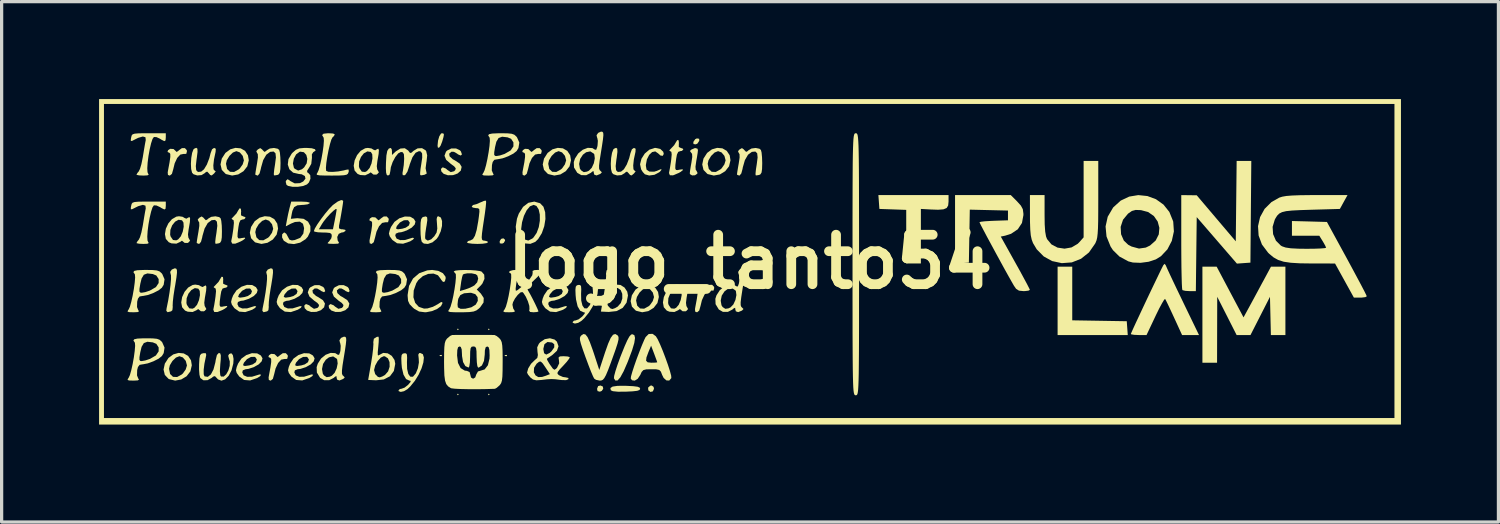
<source format=kicad_pcb>
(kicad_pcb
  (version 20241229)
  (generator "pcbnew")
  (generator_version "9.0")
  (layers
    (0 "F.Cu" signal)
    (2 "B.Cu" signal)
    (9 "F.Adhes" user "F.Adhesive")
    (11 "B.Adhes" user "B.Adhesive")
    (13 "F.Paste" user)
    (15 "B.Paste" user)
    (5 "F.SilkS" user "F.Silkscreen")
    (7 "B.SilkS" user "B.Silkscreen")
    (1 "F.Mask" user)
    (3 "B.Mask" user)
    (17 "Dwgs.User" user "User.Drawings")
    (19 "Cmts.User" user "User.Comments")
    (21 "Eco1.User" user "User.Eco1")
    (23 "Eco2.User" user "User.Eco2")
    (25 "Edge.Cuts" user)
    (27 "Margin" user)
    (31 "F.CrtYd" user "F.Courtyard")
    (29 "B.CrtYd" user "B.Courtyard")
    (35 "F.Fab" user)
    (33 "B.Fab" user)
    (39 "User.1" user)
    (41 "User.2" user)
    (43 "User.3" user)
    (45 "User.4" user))
  (footprint "logo_tanto54"
    (layer "F.Cu")
    (at 20.039 5.01)
    (property "Reference" "logo_tanto54" (at 0 0 0) (layer "F.SilkS") (effects (font (size 1.524 1.524) (thickness 0.3))))
    (attr board_only exclude_from_pos_files exclude_from_bom)
    (fp_poly (pts (xy -8.968 2.079) (xy -8.993 2.104) (xy -9.018 2.079) (xy -8.993 2.054)) (stroke (width 0) (type solid)) (fill yes) (layer "F.SilkS"))
    (fp_poly (pts (xy -8.968 4.083) (xy -8.993 4.108) (xy -9.018 4.083) (xy -8.993 4.058)) (stroke (width 0) (type solid)) (fill yes) (layer "F.SilkS"))
    (fp_poly (pts (xy -8.016 2.079) (xy -8.041 2.104) (xy -8.066 2.079) (xy -8.041 2.054)) (stroke (width 0) (type solid)) (fill yes) (layer "F.SilkS"))
    (fp_poly (pts (xy -8.016 4.083) (xy -8.041 4.108) (xy -8.066 4.083) (xy -8.041 4.058)) (stroke (width 0) (type solid)) (fill yes) (layer "F.SilkS"))
    (fp_poly (pts (xy -9.485 2.872) (xy -9.492 2.902) (xy -9.519 2.906) (xy -9.56 2.887) (xy -9.552 2.872) (xy -9.493 2.866)) (stroke (width 0) (type solid)) (fill yes) (layer "F.SilkS"))
    (fp_poly (pts (xy -7.481 2.872) (xy -7.488 2.902) (xy -7.515 2.906) (xy -7.556 2.887) (xy -7.548 2.872) (xy -7.489 2.866)) (stroke (width 0) (type solid)) (fill yes) (layer "F.SilkS"))
    (fp_poly (pts (xy 9.92 1.801) (xy 11.598 1.829) (xy 11.629 2.254) (xy 9.469 2.254) (xy 9.469 0.15) (xy 9.92 0.15)) (stroke (width 0) (type solid)) (fill yes) (layer "F.SilkS"))
    (fp_poly (pts (xy -7.545 -0.683) (xy -7.54 -0.652) (xy -7.582 -0.582) (xy -7.632 -0.56) (xy -7.702 -0.57) (xy -7.707 -0.634) (xy -7.662 -0.706) (xy -7.594 -0.724)) (stroke (width 0) (type solid)) (fill yes) (layer "F.SilkS"))
    (fp_poly (pts (xy -4.531 3.839) (xy -4.519 3.908) (xy -4.565 3.975) (xy -4.622 3.998) (xy -4.693 3.98) (xy -4.709 3.911) (xy -4.676 3.826) (xy -4.605 3.807)) (stroke (width 0) (type solid)) (fill yes) (layer "F.SilkS"))
    (fp_poly (pts (xy -2.969 3.849) (xy -2.956 3.908) (xy -2.991 3.988) (xy -3.067 4.006) (xy -3.131 3.958) (xy -3.138 3.874) (xy -3.073 3.815) (xy -3.028 3.807)) (stroke (width 0) (type solid)) (fill yes) (layer "F.SilkS"))
    (fp_poly (pts (xy -1.566 -3.788) (xy -1.562 -3.725) (xy -1.62 -3.639) (xy -1.671 -3.616) (xy -1.74 -3.626) (xy -1.745 -3.69) (xy -1.686 -3.776) (xy -1.636 -3.799)) (stroke (width 0) (type solid)) (fill yes) (layer "F.SilkS"))
    (fp_poly (pts (xy 20.039 5.01) (xy -20.039 5.01) (xy -20.039 4.809) (xy -19.889 4.809) (xy 19.839 4.809) (xy 19.839 -4.86) (xy -19.889 -4.86) (xy -19.889 4.809) (xy -20.039 4.809) (xy -20.039 -5.01) (xy 20.039 -5.01)) (stroke (width 0) (type solid)) (fill yes) (layer "F.SilkS"))
    (fp_poly (pts (xy -9.439 -3.951) (xy -9.423 -3.916) (xy -9.44 -3.828) (xy -9.477 -3.701) (xy -9.526 -3.575) (xy -9.575 -3.511) (xy -9.61 -3.519) (xy -9.619 -3.576) (xy -9.604 -3.731) (xy -9.565 -3.865) (xy -9.513 -3.947) (xy -9.487 -3.958)) (stroke (width 0) (type solid)) (fill yes) (layer "F.SilkS"))
    (fp_poly (pts (xy 6.112 -1.855) (xy 6.1 -1.734) (xy 6.054 -1.657) (xy 5.956 -1.616) (xy 5.791 -1.603) (xy 5.564 -1.611) (xy 5.26 -1.628) (xy 5.26 0.05) (xy 4.809 0.05) (xy 4.809 -1.599) (xy 3.983 -1.628) (xy 3.952 -2.054) (xy 6.112 -2.054)) (stroke (width 0) (type solid)) (fill yes) (layer "F.SilkS"))
    (fp_poly (pts (xy -3.803 3.818) (xy -3.59 3.829) (xy -3.46 3.846) (xy -3.396 3.874) (xy -3.382 3.908) (xy -3.402 3.946) (xy -3.472 3.971) (xy -3.611 3.987) (xy -3.816 3.997) (xy -4.063 3.999) (xy -4.221 3.983) (xy -4.285 3.955) (xy -4.298 3.886) (xy -4.23 3.841) (xy -4.076 3.818) (xy -3.83 3.817)) (stroke (width 0) (type solid)) (fill yes) (layer "F.SilkS"))
    (fp_poly (pts (xy -3.561 2.257) (xy -3.54 2.343) (xy -3.562 2.496) (xy -3.63 2.723) (xy -3.745 3.029) (xy -3.765 3.081) (xy -3.889 3.367) (xy -3.993 3.557) (xy -4.078 3.653) (xy -4.145 3.654) (xy -4.189 3.586) (xy -4.182 3.512) (xy -4.143 3.366) (xy -4.078 3.166) (xy -3.993 2.932) (xy -3.968 2.868) (xy -3.86 2.6) (xy -3.777 2.414) (xy -3.713 2.298) (xy -3.661 2.241) (xy -3.625 2.229)) (stroke (width 0) (type solid)) (fill yes) (layer "F.SilkS"))
    (fp_poly (pts (xy 14.779 0.93) (xy 15.193 1.71) (xy 15.379 1.369) (xy 15.491 1.163) (xy 15.626 0.913) (xy 15.76 0.663) (xy 15.801 0.589) (xy 16.037 0.15) (xy 16.482 0.15) (xy 16.482 2.254) (xy 16.035 2.254) (xy 16.021 1.666) (xy 16.007 1.077) (xy 15.707 1.666) (xy 15.407 2.254) (xy 14.98 2.254) (xy 14.682 1.666) (xy 14.383 1.077) (xy 14.378 3.106) (xy 13.927 3.106) (xy 13.927 0.15) (xy 14.366 0.15)) (stroke (width 0) (type solid)) (fill yes) (layer "F.SilkS"))
    (fp_poly (pts (xy -1.619 -3.484) (xy -1.603 -3.439) (xy -1.612 -3.353) (xy -1.635 -3.208) (xy -1.654 -3.104) (xy -1.679 -2.929) (xy -1.671 -2.832) (xy -1.647 -2.802) (xy -1.616 -2.737) (xy -1.625 -2.711) (xy -1.694 -2.664) (xy -1.783 -2.66) (xy -1.846 -2.697) (xy -1.854 -2.724) (xy -1.845 -2.809) (xy -1.822 -2.954) (xy -1.803 -3.058) (xy -1.778 -3.227) (xy -1.784 -3.323) (xy -1.816 -3.366) (xy -1.85 -3.411) (xy -1.804 -3.456) (xy -1.693 -3.503)) (stroke (width 0) (type solid)) (fill yes) (layer "F.SilkS"))
    (fp_poly (pts (xy 15.405 0.025) (xy 15.197 0.04) (xy 14.989 0.055) (xy 14.371 -0.66) (xy 13.752 -1.376) (xy 13.725 0.902) (xy 13.534 0.902) (xy 13.402 0.894) (xy 13.318 0.874) (xy 13.31 0.868) (xy 13.301 0.812) (xy 13.293 0.667) (xy 13.287 0.449) (xy 13.281 0.169) (xy 13.278 -0.16) (xy 13.276 -0.525) (xy 13.276 -0.61) (xy 13.276 -2.054) (xy 13.514 -2.051) (xy 13.752 -2.048) (xy 14.353 -1.339) (xy 14.954 -0.631) (xy 14.981 -3.106) (xy 15.432 -3.106)) (stroke (width 0) (type solid)) (fill yes) (layer "F.SilkS"))
    (fp_poly (pts (xy -17.664 0.211) (xy -17.643 0.251) (xy -17.641 0.338) (xy -17.658 0.486) (xy -17.694 0.711) (xy -17.714 0.825) (xy -17.747 1.039) (xy -17.768 1.226) (xy -17.774 1.356) (xy -17.771 1.387) (xy -17.782 1.489) (xy -17.822 1.525) (xy -17.93 1.551) (xy -17.969 1.509) (xy -17.962 1.44) (xy -17.911 1.19) (xy -17.87 0.942) (xy -17.84 0.715) (xy -17.824 0.533) (xy -17.825 0.414) (xy -17.835 0.381) (xy -17.85 0.311) (xy -17.8 0.238) (xy -17.713 0.201) (xy -17.704 0.2)) (stroke (width 0) (type solid)) (fill yes) (layer "F.SilkS"))
    (fp_poly (pts (xy -14.708 0.211) (xy -14.687 0.251) (xy -14.685 0.338) (xy -14.702 0.486) (xy -14.738 0.711) (xy -14.758 0.825) (xy -14.791 1.039) (xy -14.812 1.226) (xy -14.818 1.356) (xy -14.815 1.387) (xy -14.826 1.489) (xy -14.866 1.525) (xy -14.974 1.551) (xy -15.013 1.509) (xy -15.006 1.44) (xy -14.956 1.19) (xy -14.914 0.942) (xy -14.884 0.715) (xy -14.868 0.533) (xy -14.869 0.414) (xy -14.879 0.381) (xy -14.894 0.311) (xy -14.845 0.238) (xy -14.757 0.201) (xy -14.748 0.2)) (stroke (width 0) (type solid)) (fill yes) (layer "F.SilkS"))
    (fp_poly (pts (xy -17.339 -3.438) (xy -17.334 -3.401) (xy -17.355 -3.323) (xy -17.433 -3.321) (xy -17.437 -3.322) (xy -17.538 -3.301) (xy -17.634 -3.198) (xy -17.712 -3.03) (xy -17.755 -2.852) (xy -17.796 -2.708) (xy -17.859 -2.656) (xy -17.867 -2.655) (xy -17.919 -2.675) (xy -17.926 -2.752) (xy -17.915 -2.818) (xy -17.869 -3.065) (xy -17.846 -3.228) (xy -17.847 -3.321) (xy -17.87 -3.355) (xy -17.879 -3.357) (xy -17.932 -3.382) (xy -17.915 -3.436) (xy -17.849 -3.479) (xy -17.747 -3.472) (xy -17.705 -3.434) (xy -17.651 -3.382) (xy -17.599 -3.415) (xy -17.585 -3.431) (xy -17.49 -3.499) (xy -17.397 -3.5)) (stroke (width 0) (type solid)) (fill yes) (layer "F.SilkS"))
    (fp_poly (pts (xy -14.233 2.874) (xy -14.228 2.912) (xy -14.249 2.989) (xy -14.327 2.992) (xy -14.331 2.991) (xy -14.432 3.012) (xy -14.527 3.115) (xy -14.605 3.283) (xy -14.649 3.461) (xy -14.689 3.604) (xy -14.753 3.657) (xy -14.761 3.657) (xy -14.813 3.637) (xy -14.82 3.56) (xy -14.809 3.494) (xy -14.763 3.247) (xy -14.74 3.084) (xy -14.741 2.992) (xy -14.764 2.957) (xy -14.773 2.956) (xy -14.826 2.93) (xy -14.809 2.877) (xy -14.743 2.833) (xy -14.641 2.841) (xy -14.599 2.878) (xy -14.545 2.931) (xy -14.493 2.897) (xy -14.479 2.881) (xy -14.384 2.814) (xy -14.29 2.813)) (stroke (width 0) (type solid)) (fill yes) (layer "F.SilkS"))
    (fp_poly (pts (xy -11.127 -1.334) (xy -11.122 -1.297) (xy -11.143 -1.219) (xy -11.221 -1.217) (xy -11.225 -1.218) (xy -11.326 -1.197) (xy -11.421 -1.093) (xy -11.499 -0.926) (xy -11.543 -0.748) (xy -11.583 -0.604) (xy -11.647 -0.552) (xy -11.655 -0.551) (xy -11.707 -0.571) (xy -11.714 -0.648) (xy -11.703 -0.714) (xy -11.656 -0.961) (xy -11.634 -1.124) (xy -11.635 -1.217) (xy -11.658 -1.251) (xy -11.667 -1.252) (xy -11.72 -1.278) (xy -11.703 -1.332) (xy -11.637 -1.375) (xy -11.535 -1.368) (xy -11.493 -1.33) (xy -11.439 -1.277) (xy -11.386 -1.311) (xy -11.373 -1.327) (xy -11.278 -1.395) (xy -11.184 -1.396)) (stroke (width 0) (type solid)) (fill yes) (layer "F.SilkS"))
    (fp_poly (pts (xy -6.418 -3.438) (xy -6.413 -3.401) (xy -6.433 -3.323) (xy -6.512 -3.321) (xy -6.516 -3.322) (xy -6.617 -3.301) (xy -6.712 -3.198) (xy -6.79 -3.03) (xy -6.833 -2.852) (xy -6.874 -2.708) (xy -6.938 -2.656) (xy -6.946 -2.655) (xy -6.998 -2.675) (xy -7.005 -2.752) (xy -6.994 -2.818) (xy -6.947 -3.065) (xy -6.925 -3.228) (xy -6.926 -3.321) (xy -6.949 -3.355) (xy -6.957 -3.357) (xy -7.011 -3.382) (xy -6.994 -3.436) (xy -6.927 -3.479) (xy -6.826 -3.472) (xy -6.784 -3.434) (xy -6.73 -3.382) (xy -6.677 -3.415) (xy -6.664 -3.431) (xy -6.568 -3.499) (xy -6.475 -3.5)) (stroke (width 0) (type solid)) (fill yes) (layer "F.SilkS"))
    (fp_poly (pts (xy -1.107 0.77) (xy -1.102 0.807) (xy -1.123 0.885) (xy -1.201 0.887) (xy -1.205 0.886) (xy -1.306 0.907) (xy -1.402 1.011) (xy -1.48 1.179) (xy -1.523 1.356) (xy -1.564 1.5) (xy -1.627 1.553) (xy -1.635 1.553) (xy -1.688 1.533) (xy -1.694 1.456) (xy -1.683 1.39) (xy -1.637 1.143) (xy -1.614 0.98) (xy -1.615 0.888) (xy -1.638 0.853) (xy -1.647 0.852) (xy -1.7 0.826) (xy -1.683 0.773) (xy -1.617 0.729) (xy -1.515 0.737) (xy -1.473 0.774) (xy -1.419 0.827) (xy -1.367 0.793) (xy -1.353 0.777) (xy -1.258 0.709) (xy -1.165 0.708)) (stroke (width 0) (type solid)) (fill yes) (layer "F.SilkS"))
    (fp_poly (pts (xy -2.762 -3.474) (xy -2.672 -3.389) (xy -2.655 -3.322) (xy -2.686 -3.263) (xy -2.756 -3.272) (xy -2.829 -3.338) (xy -2.917 -3.399) (xy -3.014 -3.378) (xy -3.104 -3.292) (xy -3.174 -3.155) (xy -3.206 -2.983) (xy -3.206 -2.954) (xy -3.185 -2.838) (xy -3.106 -2.783) (xy -3.086 -2.777) (xy -2.949 -2.775) (xy -2.864 -2.801) (xy -2.754 -2.849) (xy -2.719 -2.841) (xy -2.766 -2.782) (xy -2.799 -2.754) (xy -2.942 -2.679) (xy -3.104 -2.657) (xy -3.236 -2.694) (xy -3.301 -2.764) (xy -3.352 -2.846) (xy -3.385 -3.004) (xy -3.341 -3.175) (xy -3.24 -3.333) (xy -3.099 -3.452) (xy -2.933 -3.506) (xy -2.909 -3.507)) (stroke (width 0) (type solid)) (fill yes) (layer "F.SilkS"))
    (fp_poly (pts (xy -17.433 2.82) (xy -17.298 2.896) (xy -17.209 3.033) (xy -17.184 3.186) (xy -17.228 3.372) (xy -17.345 3.523) (xy -17.51 3.622) (xy -17.697 3.657) (xy -17.881 3.612) (xy -17.901 3.602) (xy -18.015 3.482) (xy -18.054 3.315) (xy -18.049 3.294) (xy -17.885 3.294) (xy -17.852 3.454) (xy -17.763 3.541) (xy -17.637 3.547) (xy -17.492 3.467) (xy -17.457 3.434) (xy -17.372 3.314) (xy -17.334 3.192) (xy -17.334 3.187) (xy -17.37 3.05) (xy -17.46 2.944) (xy -17.565 2.906) (xy -17.673 2.948) (xy -17.781 3.053) (xy -17.861 3.186) (xy -17.885 3.294) (xy -18.049 3.294) (xy -18.015 3.135) (xy -17.904 2.961) (xy -17.756 2.851) (xy -17.592 2.804)) (stroke (width 0) (type solid)) (fill yes) (layer "F.SilkS"))
    (fp_poly (pts (xy -15.679 -3.493) (xy -15.545 -3.416) (xy -15.456 -3.28) (xy -15.43 -3.126) (xy -15.475 -2.94) (xy -15.592 -2.79) (xy -15.756 -2.69) (xy -15.943 -2.656) (xy -16.128 -2.7) (xy -16.147 -2.711) (xy -16.261 -2.83) (xy -16.3 -2.997) (xy -16.296 -3.018) (xy -16.132 -3.018) (xy -16.098 -2.858) (xy -16.009 -2.772) (xy -15.883 -2.766) (xy -15.739 -2.846) (xy -15.704 -2.878) (xy -15.618 -2.999) (xy -15.581 -3.12) (xy -15.581 -3.125) (xy -15.617 -3.262) (xy -15.706 -3.368) (xy -15.812 -3.407) (xy -15.92 -3.364) (xy -16.027 -3.259) (xy -16.107 -3.126) (xy -16.132 -3.018) (xy -16.296 -3.018) (xy -16.262 -3.177) (xy -16.15 -3.352) (xy -16.002 -3.462) (xy -15.839 -3.508)) (stroke (width 0) (type solid)) (fill yes) (layer "F.SilkS"))
    (fp_poly (pts (xy -14.778 -1.389) (xy -14.643 -1.312) (xy -14.554 -1.176) (xy -14.529 -1.022) (xy -14.573 -0.836) (xy -14.69 -0.686) (xy -14.855 -0.586) (xy -15.041 -0.551) (xy -15.226 -0.596) (xy -15.245 -0.607) (xy -15.359 -0.726) (xy -15.398 -0.893) (xy -15.394 -0.914) (xy -15.23 -0.914) (xy -15.196 -0.754) (xy -15.107 -0.668) (xy -14.982 -0.662) (xy -14.837 -0.742) (xy -14.802 -0.774) (xy -14.717 -0.894) (xy -14.679 -1.016) (xy -14.679 -1.021) (xy -14.715 -1.158) (xy -14.805 -1.264) (xy -14.91 -1.303) (xy -15.018 -1.26) (xy -15.126 -1.155) (xy -15.205 -1.022) (xy -15.23 -0.914) (xy -15.394 -0.914) (xy -15.36 -1.073) (xy -15.249 -1.248) (xy -15.101 -1.358) (xy -14.937 -1.404)) (stroke (width 0) (type solid)) (fill yes) (layer "F.SilkS"))
    (fp_poly (pts (xy -9.517 -1.362) (xy -9.48 -1.254) (xy -9.482 -1.105) (xy -9.522 -0.937) (xy -9.597 -0.776) (xy -9.65 -0.703) (xy -9.776 -0.599) (xy -9.917 -0.55) (xy -10.041 -0.562) (xy -10.104 -0.614) (xy -10.125 -0.693) (xy -10.14 -0.84) (xy -10.145 -1.015) (xy -10.141 -1.201) (xy -10.124 -1.31) (xy -10.09 -1.365) (xy -10.054 -1.383) (xy -9.978 -1.398) (xy -9.94 -1.37) (xy -9.934 -1.284) (xy -9.957 -1.122) (xy -9.969 -1.056) (xy -9.994 -0.888) (xy -10.002 -0.757) (xy -9.994 -0.7) (xy -9.919 -0.653) (xy -9.816 -0.692) (xy -9.718 -0.789) (xy -9.649 -0.9) (xy -9.627 -1.022) (xy -9.636 -1.165) (xy -9.647 -1.315) (xy -9.63 -1.387) (xy -9.595 -1.403)) (stroke (width 0) (type solid)) (fill yes) (layer "F.SilkS"))
    (fp_poly (pts (xy -5.76 -3.493) (xy -5.625 -3.416) (xy -5.536 -3.28) (xy -5.511 -3.126) (xy -5.555 -2.94) (xy -5.672 -2.79) (xy -5.837 -2.69) (xy -6.024 -2.656) (xy -6.208 -2.7) (xy -6.228 -2.711) (xy -6.342 -2.83) (xy -6.381 -2.997) (xy -6.376 -3.018) (xy -6.212 -3.018) (xy -6.179 -2.858) (xy -6.09 -2.772) (xy -5.964 -2.766) (xy -5.819 -2.846) (xy -5.784 -2.878) (xy -5.699 -2.999) (xy -5.661 -3.12) (xy -5.661 -3.125) (xy -5.697 -3.262) (xy -5.787 -3.368) (xy -5.892 -3.407) (xy -6 -3.364) (xy -6.108 -3.259) (xy -6.188 -3.126) (xy -6.212 -3.018) (xy -6.376 -3.018) (xy -6.342 -3.177) (xy -6.231 -3.352) (xy -6.083 -3.462) (xy -5.919 -3.508)) (stroke (width 0) (type solid)) (fill yes) (layer "F.SilkS"))
    (fp_poly (pts (xy -3.055 0.716) (xy -2.92 0.792) (xy -2.831 0.928) (xy -2.806 1.082) (xy -2.85 1.268) (xy -2.967 1.418) (xy -3.131 1.518) (xy -3.318 1.553) (xy -3.503 1.508) (xy -3.522 1.497) (xy -3.636 1.378) (xy -3.675 1.211) (xy -3.671 1.19) (xy -3.507 1.19) (xy -3.473 1.35) (xy -3.384 1.436) (xy -3.259 1.443) (xy -3.114 1.363) (xy -3.079 1.33) (xy -2.994 1.21) (xy -2.956 1.088) (xy -2.956 1.083) (xy -2.992 0.946) (xy -3.082 0.84) (xy -3.187 0.802) (xy -3.295 0.844) (xy -3.403 0.949) (xy -3.482 1.082) (xy -3.507 1.19) (xy -3.671 1.19) (xy -3.637 1.031) (xy -3.526 0.856) (xy -3.378 0.746) (xy -3.214 0.7)) (stroke (width 0) (type solid)) (fill yes) (layer "F.SilkS"))
    (fp_poly (pts (xy -0.85 -3.493) (xy -0.716 -3.416) (xy -0.626 -3.28) (xy -0.601 -3.126) (xy -0.646 -2.94) (xy -0.763 -2.79) (xy -0.927 -2.69) (xy -1.114 -2.656) (xy -1.299 -2.7) (xy -1.318 -2.711) (xy -1.432 -2.83) (xy -1.471 -2.997) (xy -1.466 -3.018) (xy -1.303 -3.018) (xy -1.269 -2.858) (xy -1.18 -2.772) (xy -1.054 -2.766) (xy -0.91 -2.846) (xy -0.874 -2.878) (xy -0.789 -2.999) (xy -0.752 -3.12) (xy -0.751 -3.125) (xy -0.788 -3.262) (xy -0.877 -3.368) (xy -0.983 -3.407) (xy -1.091 -3.364) (xy -1.198 -3.259) (xy -1.278 -3.126) (xy -1.303 -3.018) (xy -1.466 -3.018) (xy -1.433 -3.177) (xy -1.321 -3.352) (xy -1.173 -3.462) (xy -1.01 -3.508)) (stroke (width 0) (type solid)) (fill yes) (layer "F.SilkS"))
    (fp_poly (pts (xy -13.137 0.777) (xy -13.108 0.812) (xy -13.077 0.902) (xy -13.114 0.936) (xy -13.198 0.9) (xy -13.224 0.879) (xy -13.324 0.822) (xy -13.4 0.819) (xy -13.471 0.88) (xy -13.456 0.962) (xy -13.361 1.05) (xy -13.289 1.089) (xy -13.146 1.183) (xy -13.085 1.285) (xy -13.112 1.401) (xy -13.211 1.49) (xy -13.352 1.541) (xy -13.511 1.544) (xy -13.639 1.499) (xy -13.709 1.428) (xy -13.723 1.35) (xy -13.678 1.305) (xy -13.658 1.303) (xy -13.57 1.338) (xy -13.527 1.378) (xy -13.423 1.447) (xy -13.318 1.42) (xy -13.283 1.386) (xy -13.266 1.33) (xy -13.318 1.266) (xy -13.414 1.198) (xy -13.562 1.07) (xy -13.614 0.942) (xy -13.569 0.82) (xy -13.533 0.783) (xy -13.405 0.719) (xy -13.258 0.718)) (stroke (width 0) (type solid)) (fill yes) (layer "F.SilkS"))
    (fp_poly (pts (xy -12.385 0.777) (xy -12.356 0.812) (xy -12.325 0.902) (xy -12.363 0.936) (xy -12.447 0.9) (xy -12.472 0.879) (xy -12.573 0.822) (xy -12.648 0.819) (xy -12.719 0.88) (xy -12.704 0.962) (xy -12.609 1.05) (xy -12.537 1.089) (xy -12.395 1.183) (xy -12.334 1.285) (xy -12.361 1.401) (xy -12.459 1.49) (xy -12.601 1.541) (xy -12.759 1.544) (xy -12.888 1.499) (xy -12.958 1.428) (xy -12.972 1.35) (xy -12.927 1.305) (xy -12.907 1.303) (xy -12.819 1.338) (xy -12.775 1.378) (xy -12.671 1.447) (xy -12.567 1.42) (xy -12.531 1.386) (xy -12.515 1.33) (xy -12.567 1.266) (xy -12.663 1.198) (xy -12.811 1.07) (xy -12.863 0.942) (xy -12.817 0.82) (xy -12.782 0.783) (xy -12.653 0.719) (xy -12.507 0.718)) (stroke (width 0) (type solid)) (fill yes) (layer "F.SilkS"))
    (fp_poly (pts (xy -8.929 -3.432) (xy -8.899 -3.397) (xy -8.868 -3.306) (xy -8.906 -3.272) (xy -8.99 -3.308) (xy -9.016 -3.33) (xy -9.116 -3.387) (xy -9.191 -3.389) (xy -9.262 -3.328) (xy -9.247 -3.246) (xy -9.152 -3.158) (xy -9.08 -3.119) (xy -8.938 -3.025) (xy -8.877 -2.923) (xy -8.904 -2.807) (xy -9.002 -2.719) (xy -9.144 -2.668) (xy -9.302 -2.665) (xy -9.431 -2.709) (xy -9.501 -2.781) (xy -9.515 -2.858) (xy -9.47 -2.904) (xy -9.45 -2.906) (xy -9.362 -2.87) (xy -9.318 -2.831) (xy -9.214 -2.761) (xy -9.11 -2.788) (xy -9.075 -2.823) (xy -9.058 -2.878) (xy -9.11 -2.942) (xy -9.206 -3.011) (xy -9.354 -3.139) (xy -9.406 -3.266) (xy -9.36 -3.389) (xy -9.325 -3.426) (xy -9.196 -3.489) (xy -9.05 -3.49)) (stroke (width 0) (type solid)) (fill yes) (layer "F.SilkS"))
    (fp_poly (pts (xy -16.225 0.468) (xy -16.216 0.556) (xy -16.22 0.576) (xy -16.22 0.673) (xy -16.163 0.701) (xy -16.163 0.701) (xy -16.092 0.727) (xy -16.082 0.751) (xy -16.123 0.793) (xy -16.175 0.802) (xy -16.238 0.824) (xy -16.277 0.908) (xy -16.3 1.034) (xy -16.324 1.224) (xy -16.328 1.333) (xy -16.307 1.38) (xy -16.256 1.384) (xy -16.207 1.373) (xy -16.106 1.359) (xy -16.091 1.383) (xy -16.163 1.439) (xy -16.229 1.477) (xy -16.395 1.545) (xy -16.493 1.544) (xy -16.522 1.475) (xy -16.516 1.44) (xy -16.493 1.325) (xy -16.467 1.159) (xy -16.454 1.065) (xy -16.439 0.906) (xy -16.449 0.825) (xy -16.487 0.801) (xy -16.489 0.8) (xy -16.513 0.777) (xy -16.452 0.713) (xy -16.36 0.615) (xy -16.316 0.539) (xy -16.267 0.459)) (stroke (width 0) (type solid)) (fill yes) (layer "F.SilkS"))
    (fp_poly (pts (xy -15.674 -1.636) (xy -15.665 -1.548) (xy -15.669 -1.528) (xy -15.669 -1.431) (xy -15.612 -1.403) (xy -15.612 -1.403) (xy -15.541 -1.377) (xy -15.531 -1.353) (xy -15.572 -1.311) (xy -15.624 -1.303) (xy -15.687 -1.28) (xy -15.726 -1.196) (xy -15.749 -1.07) (xy -15.773 -0.881) (xy -15.777 -0.771) (xy -15.756 -0.724) (xy -15.705 -0.72) (xy -15.656 -0.731) (xy -15.555 -0.745) (xy -15.54 -0.721) (xy -15.611 -0.665) (xy -15.678 -0.628) (xy -15.844 -0.559) (xy -15.942 -0.56) (xy -15.971 -0.629) (xy -15.965 -0.664) (xy -15.942 -0.779) (xy -15.916 -0.945) (xy -15.903 -1.04) (xy -15.888 -1.198) (xy -15.898 -1.28) (xy -15.936 -1.304) (xy -15.937 -1.304) (xy -15.962 -1.327) (xy -15.901 -1.391) (xy -15.809 -1.489) (xy -15.765 -1.566) (xy -15.716 -1.645)) (stroke (width 0) (type solid)) (fill yes) (layer "F.SilkS"))
    (fp_poly (pts (xy -2.197 -3.74) (xy -2.189 -3.653) (xy -2.192 -3.632) (xy -2.192 -3.535) (xy -2.135 -3.507) (xy -2.135 -3.507) (xy -2.065 -3.482) (xy -2.054 -3.457) (xy -2.096 -3.415) (xy -2.147 -3.407) (xy -2.21 -3.384) (xy -2.25 -3.301) (xy -2.273 -3.174) (xy -2.297 -2.985) (xy -2.301 -2.876) (xy -2.28 -2.828) (xy -2.229 -2.824) (xy -2.179 -2.835) (xy -2.078 -2.849) (xy -2.064 -2.825) (xy -2.135 -2.769) (xy -2.202 -2.732) (xy -2.368 -2.663) (xy -2.466 -2.664) (xy -2.494 -2.733) (xy -2.488 -2.768) (xy -2.466 -2.883) (xy -2.439 -3.049) (xy -2.426 -3.144) (xy -2.411 -3.302) (xy -2.421 -3.384) (xy -2.459 -3.408) (xy -2.461 -3.408) (xy -2.485 -3.431) (xy -2.425 -3.495) (xy -2.333 -3.593) (xy -2.288 -3.67) (xy -2.239 -3.749)) (stroke (width 0) (type solid)) (fill yes) (layer "F.SilkS"))
    (fp_poly (pts (xy 10.721 -1.927) (xy 10.72 -1.547) (xy 10.718 -1.253) (xy 10.712 -1.032) (xy 10.702 -0.869) (xy 10.688 -0.75) (xy 10.668 -0.663) (xy 10.64 -0.592) (xy 10.625 -0.562) (xy 10.435 -0.289) (xy 10.19 -0.094) (xy 9.907 0.018) (xy 9.598 0.041) (xy 9.3 -0.023) (xy 9.042 -0.166) (xy 8.827 -0.384) (xy 8.712 -0.576) (xy 8.671 -0.686) (xy 8.643 -0.817) (xy 8.627 -0.993) (xy 8.619 -1.234) (xy 8.618 -1.415) (xy 8.617 -2.054) (xy 9.068 -2.054) (xy 9.068 -1.45) (xy 9.072 -1.149) (xy 9.087 -0.931) (xy 9.113 -0.781) (xy 9.144 -0.7) (xy 9.28 -0.536) (xy 9.468 -0.437) (xy 9.683 -0.405) (xy 9.898 -0.443) (xy 10.086 -0.553) (xy 10.131 -0.597) (xy 10.27 -0.753) (xy 10.27 -3.106) (xy 10.721 -3.106)) (stroke (width 0) (type solid)) (fill yes) (layer "F.SilkS"))
    (fp_poly (pts (xy 12.799 0.107) (xy 12.817 0.15) (xy 12.853 0.231) (xy 12.925 0.387) (xy 13.027 0.603) (xy 13.151 0.864) (xy 13.291 1.154) (xy 13.344 1.265) (xy 13.822 2.254) (xy 13.301 2.254) (xy 13.054 1.716) (xy 12.955 1.502) (xy 12.87 1.322) (xy 12.808 1.195) (xy 12.778 1.142) (xy 12.747 1.17) (xy 12.684 1.275) (xy 12.596 1.438) (xy 12.494 1.646) (xy 12.478 1.68) (xy 12.207 2.254) (xy 11.965 2.254) (xy 11.825 2.248) (xy 11.738 2.233) (xy 11.723 2.222) (xy 11.744 2.172) (xy 11.8 2.046) (xy 11.885 1.861) (xy 11.992 1.633) (xy 12.112 1.376) (xy 12.239 1.107) (xy 12.366 0.84) (xy 12.485 0.592) (xy 12.588 0.378) (xy 12.668 0.213) (xy 12.719 0.113) (xy 12.725 0.102) (xy 12.763 0.062)) (stroke (width 0) (type solid)) (fill yes) (layer "F.SilkS"))
    (fp_poly (pts (xy -4.077 2.264) (xy -4.074 2.267) (xy -4.048 2.313) (xy -4.048 2.389) (xy -4.077 2.512) (xy -4.139 2.701) (xy -4.177 2.808) (xy -4.286 3.111) (xy -4.369 3.332) (xy -4.433 3.484) (xy -4.485 3.579) (xy -4.531 3.632) (xy -4.578 3.653) (xy -4.625 3.657) (xy -4.74 3.633) (xy -4.797 3.595) (xy -4.833 3.525) (xy -4.894 3.382) (xy -4.971 3.185) (xy -5.056 2.955) (xy -5.062 2.94) (xy -5.15 2.693) (xy -5.206 2.522) (xy -5.234 2.41) (xy -5.236 2.339) (xy -5.216 2.292) (xy -5.196 2.268) (xy -5.129 2.223) (xy -5.067 2.236) (xy -5.003 2.315) (xy -4.931 2.47) (xy -4.844 2.71) (xy -4.808 2.816) (xy -4.64 3.33) (xy -4.464 2.793) (xy -4.369 2.523) (xy -4.289 2.343) (xy -4.217 2.245) (xy -4.148 2.222)) (stroke (width 0) (type solid)) (fill yes) (layer "F.SilkS"))
    (fp_poly (pts (xy -8.127 -1.881) (xy -8.124 -1.825) (xy -8.136 -1.691) (xy -8.16 -1.502) (xy -8.185 -1.333) (xy -8.226 -1.061) (xy -8.251 -0.874) (xy -8.26 -0.754) (xy -8.251 -0.688) (xy -8.225 -0.659) (xy -8.181 -0.651) (xy -8.166 -0.651) (xy -8.085 -0.63) (xy -8.066 -0.601) (xy -8.112 -0.575) (xy -8.234 -0.557) (xy -8.392 -0.551) (xy -8.557 -0.558) (xy -8.675 -0.575) (xy -8.717 -0.598) (xy -8.675 -0.64) (xy -8.604 -0.66) (xy -8.53 -0.7) (xy -8.468 -0.803) (xy -8.415 -0.981) (xy -8.368 -1.243) (xy -8.347 -1.39) (xy -8.33 -1.543) (xy -8.335 -1.621) (xy -8.372 -1.649) (xy -8.44 -1.653) (xy -8.535 -1.67) (xy -8.567 -1.703) (xy -8.527 -1.75) (xy -8.504 -1.754) (xy -8.419 -1.776) (xy -8.299 -1.829) (xy -8.296 -1.83) (xy -8.191 -1.875) (xy -8.129 -1.883)) (stroke (width 0) (type solid)) (fill yes) (layer "F.SilkS"))
    (fp_poly (pts (xy -6.462 -1.803) (xy -6.359 -1.696) (xy -6.306 -1.526) (xy -6.298 -1.319) (xy -6.334 -1.096) (xy -6.409 -0.882) (xy -6.521 -0.702) (xy -6.609 -0.615) (xy -6.763 -0.553) (xy -6.934 -0.567) (xy -7.082 -0.652) (xy -7.11 -0.683) (xy -7.19 -0.857) (xy -7.206 -1.019) (xy -7.044 -1.019) (xy -7.033 -0.844) (xy -6.977 -0.718) (xy -6.944 -0.69) (xy -6.825 -0.655) (xy -6.703 -0.715) (xy -6.666 -0.748) (xy -6.568 -0.89) (xy -6.502 -1.07) (xy -6.47 -1.266) (xy -6.471 -1.454) (xy -6.506 -1.613) (xy -6.574 -1.72) (xy -6.661 -1.753) (xy -6.775 -1.708) (xy -6.876 -1.586) (xy -6.96 -1.415) (xy -7.018 -1.217) (xy -7.044 -1.019) (xy -7.206 -1.019) (xy -7.212 -1.082) (xy -7.174 -1.328) (xy -7.118 -1.484) (xy -6.986 -1.692) (xy -6.823 -1.817) (xy -6.64 -1.854)) (stroke (width 0) (type solid)) (fill yes) (layer "F.SilkS"))
    (fp_poly (pts (xy -17.012 -3.482) (xy -17.008 -3.384) (xy -17.03 -3.204) (xy -17.037 -3.158) (xy -17.061 -2.947) (xy -17.049 -2.82) (xy -16.995 -2.766) (xy -16.898 -2.776) (xy -16.895 -2.777) (xy -16.808 -2.849) (xy -16.72 -2.995) (xy -16.645 -3.191) (xy -16.606 -3.344) (xy -16.561 -3.464) (xy -16.498 -3.507) (xy -16.446 -3.48) (xy -16.452 -3.387) (xy -16.453 -3.382) (xy -16.501 -3.152) (xy -16.522 -2.968) (xy -16.514 -2.847) (xy -16.479 -2.806) (xy -16.447 -2.786) (xy -16.496 -2.722) (xy -16.5 -2.718) (xy -16.571 -2.659) (xy -16.618 -2.673) (xy -16.654 -2.718) (xy -16.712 -2.778) (xy -16.763 -2.753) (xy -16.783 -2.731) (xy -16.884 -2.67) (xy -17.016 -2.659) (xy -17.132 -2.696) (xy -17.176 -2.743) (xy -17.204 -2.856) (xy -17.212 -3.019) (xy -17.201 -3.196) (xy -17.174 -3.354) (xy -17.134 -3.46) (xy -17.115 -3.48) (xy -17.047 -3.51)) (stroke (width 0) (type solid)) (fill yes) (layer "F.SilkS"))
    (fp_poly (pts (xy -4.087 -3.482) (xy -4.082 -3.384) (xy -4.104 -3.204) (xy -4.112 -3.158) (xy -4.136 -2.947) (xy -4.123 -2.82) (xy -4.07 -2.766) (xy -3.972 -2.776) (xy -3.97 -2.777) (xy -3.882 -2.849) (xy -3.794 -2.995) (xy -3.719 -3.191) (xy -3.681 -3.344) (xy -3.636 -3.464) (xy -3.573 -3.507) (xy -3.521 -3.48) (xy -3.526 -3.387) (xy -3.527 -3.382) (xy -3.576 -3.152) (xy -3.596 -2.968) (xy -3.588 -2.847) (xy -3.553 -2.806) (xy -3.521 -2.786) (xy -3.57 -2.722) (xy -3.574 -2.718) (xy -3.645 -2.659) (xy -3.692 -2.673) (xy -3.729 -2.718) (xy -3.787 -2.778) (xy -3.837 -2.753) (xy -3.857 -2.731) (xy -3.959 -2.67) (xy -4.091 -2.659) (xy -4.206 -2.696) (xy -4.25 -2.743) (xy -4.279 -2.856) (xy -4.286 -3.019) (xy -4.275 -3.196) (xy -4.248 -3.354) (xy -4.208 -3.46) (xy -4.189 -3.48) (xy -4.122 -3.51)) (stroke (width 0) (type solid)) (fill yes) (layer "F.SilkS"))
    (fp_poly (pts (xy -9.599 0.278) (xy -9.454 0.351) (xy -9.376 0.455) (xy -9.368 0.501) (xy -9.393 0.603) (xy -9.449 0.621) (xy -9.509 0.55) (xy -9.516 0.534) (xy -9.606 0.415) (xy -9.744 0.362) (xy -9.907 0.372) (xy -10.071 0.44) (xy -10.211 0.562) (xy -10.273 0.656) (xy -10.353 0.883) (xy -10.362 1.091) (xy -10.307 1.264) (xy -10.196 1.386) (xy -10.036 1.44) (xy -9.93 1.435) (xy -9.762 1.385) (xy -9.611 1.304) (xy -9.608 1.302) (xy -9.514 1.241) (xy -9.475 1.242) (xy -9.469 1.277) (xy -9.514 1.365) (xy -9.63 1.45) (xy -9.789 1.517) (xy -9.963 1.551) (xy -10.006 1.553) (xy -10.188 1.53) (xy -10.338 1.445) (xy -10.379 1.409) (xy -10.479 1.305) (xy -10.527 1.201) (xy -10.54 1.049) (xy -10.54 1.018) (xy -10.497 0.74) (xy -10.374 0.514) (xy -10.183 0.351) (xy -9.936 0.263) (xy -9.785 0.25)) (stroke (width 0) (type solid)) (fill yes) (layer "F.SilkS"))
    (fp_poly (pts (xy -16.342 -1.377) (xy -16.298 -1.34) (xy -16.277 -1.261) (xy -16.262 -1.113) (xy -16.257 -0.939) (xy -16.261 -0.753) (xy -16.278 -0.644) (xy -16.312 -0.589) (xy -16.348 -0.571) (xy -16.434 -0.556) (xy -16.46 -0.562) (xy -16.463 -0.618) (xy -16.449 -0.744) (xy -16.425 -0.897) (xy -16.399 -1.109) (xy -16.412 -1.237) (xy -16.469 -1.291) (xy -16.573 -1.281) (xy -16.578 -1.279) (xy -16.694 -1.193) (xy -16.79 -1.026) (xy -16.857 -0.795) (xy -16.863 -0.757) (xy -16.901 -0.617) (xy -16.954 -0.553) (xy -16.965 -0.551) (xy -17.027 -0.575) (xy -17.034 -0.592) (xy -17.025 -0.66) (xy -17.003 -0.794) (xy -16.98 -0.925) (xy -16.953 -1.107) (xy -16.956 -1.212) (xy -16.982 -1.252) (xy -17.002 -1.302) (xy -16.955 -1.355) (xy -16.881 -1.397) (xy -16.822 -1.355) (xy -16.809 -1.338) (xy -16.752 -1.28) (xy -16.702 -1.306) (xy -16.683 -1.327) (xy -16.588 -1.384) (xy -16.458 -1.401)) (stroke (width 0) (type solid)) (fill yes) (layer "F.SilkS"))
    (fp_poly (pts (xy -14.539 -3.481) (xy -14.494 -3.444) (xy -14.473 -3.365) (xy -14.459 -3.217) (xy -14.453 -3.043) (xy -14.458 -2.857) (xy -14.474 -2.748) (xy -14.509 -2.693) (xy -14.545 -2.675) (xy -14.63 -2.66) (xy -14.657 -2.666) (xy -14.659 -2.722) (xy -14.646 -2.848) (xy -14.622 -3.001) (xy -14.595 -3.213) (xy -14.608 -3.341) (xy -14.665 -3.395) (xy -14.769 -3.385) (xy -14.775 -3.383) (xy -14.891 -3.297) (xy -14.987 -3.13) (xy -15.053 -2.899) (xy -15.06 -2.861) (xy -15.098 -2.721) (xy -15.15 -2.657) (xy -15.161 -2.655) (xy -15.224 -2.679) (xy -15.23 -2.696) (xy -15.221 -2.764) (xy -15.199 -2.898) (xy -15.176 -3.029) (xy -15.149 -3.211) (xy -15.153 -3.316) (xy -15.178 -3.356) (xy -15.199 -3.406) (xy -15.152 -3.459) (xy -15.078 -3.501) (xy -15.019 -3.459) (xy -15.006 -3.442) (xy -14.949 -3.384) (xy -14.898 -3.41) (xy -14.88 -3.431) (xy -14.784 -3.488) (xy -14.655 -3.505)) (stroke (width 0) (type solid)) (fill yes) (layer "F.SilkS"))
    (fp_poly (pts (xy -12.831 -3.949) (xy -12.781 -3.919) (xy -12.818 -3.862) (xy -12.848 -3.838) (xy -12.887 -3.767) (xy -12.931 -3.623) (xy -12.975 -3.436) (xy -13.014 -3.233) (xy -13.043 -3.041) (xy -13.056 -2.888) (xy -13.048 -2.801) (xy -13.046 -2.798) (xy -12.98 -2.772) (xy -12.847 -2.768) (xy -12.679 -2.782) (xy -12.506 -2.814) (xy -12.44 -2.832) (xy -12.362 -2.844) (xy -12.351 -2.793) (xy -12.359 -2.76) (xy -12.378 -2.712) (xy -12.419 -2.682) (xy -12.502 -2.665) (xy -12.644 -2.657) (xy -12.866 -2.655) (xy -12.887 -2.655) (xy -13.114 -2.657) (xy -13.255 -2.662) (xy -13.326 -2.676) (xy -13.343 -2.699) (xy -13.321 -2.736) (xy -13.32 -2.737) (xy -13.28 -2.823) (xy -13.236 -2.975) (xy -13.194 -3.167) (xy -13.157 -3.374) (xy -13.13 -3.568) (xy -13.118 -3.725) (xy -13.125 -3.819) (xy -13.131 -3.83) (xy -13.173 -3.902) (xy -13.129 -3.944) (xy -12.992 -3.958) (xy -12.976 -3.958)) (stroke (width 0) (type solid)) (fill yes) (layer "F.SilkS"))
    (fp_poly (pts (xy -11.428 2.35) (xy -11.431 2.468) (xy -11.444 2.618) (xy -11.46 2.786) (xy -11.458 2.87) (xy -11.436 2.884) (xy -11.416 2.868) (xy -11.291 2.804) (xy -11.153 2.817) (xy -11.029 2.895) (xy -10.944 3.021) (xy -10.921 3.14) (xy -10.964 3.36) (xy -11.084 3.523) (xy -11.273 3.621) (xy -11.512 3.647) (xy -11.755 3.636) (xy -11.702 3.334) (xy -11.573 3.334) (xy -11.539 3.457) (xy -11.457 3.541) (xy -11.399 3.557) (xy -11.32 3.53) (xy -11.237 3.482) (xy -11.141 3.372) (xy -11.095 3.232) (xy -11.097 3.089) (xy -11.146 2.972) (xy -11.239 2.91) (xy -11.275 2.906) (xy -11.366 2.948) (xy -11.462 3.055) (xy -11.538 3.191) (xy -11.572 3.325) (xy -11.573 3.334) (xy -11.702 3.334) (xy -11.663 3.108) (xy -11.627 2.879) (xy -11.603 2.678) (xy -11.593 2.531) (xy -11.597 2.473) (xy -11.58 2.368) (xy -11.487 2.31) (xy -11.437 2.305)) (stroke (width 0) (type solid)) (fill yes) (layer "F.SilkS"))
    (fp_poly (pts (xy -10.071 2.844) (xy -10.04 2.946) (xy -10.056 3.097) (xy -10.111 3.278) (xy -10.201 3.474) (xy -10.319 3.666) (xy -10.46 3.838) (xy -10.544 3.919) (xy -10.651 3.983) (xy -10.752 4.005) (xy -10.815 3.982) (xy -10.821 3.958) (xy -10.78 3.916) (xy -10.73 3.908) (xy -10.634 3.873) (xy -10.527 3.789) (xy -10.521 3.782) (xy -10.45 3.698) (xy -10.449 3.663) (xy -10.486 3.657) (xy -10.588 3.61) (xy -10.667 3.475) (xy -10.717 3.264) (xy -10.729 3.131) (xy -10.735 2.963) (xy -10.725 2.87) (xy -10.691 2.828) (xy -10.646 2.816) (xy -10.59 2.817) (xy -10.562 2.855) (xy -10.556 2.952) (xy -10.561 3.092) (xy -10.556 3.297) (xy -10.52 3.451) (xy -10.459 3.536) (xy -10.381 3.538) (xy -10.373 3.533) (xy -10.288 3.434) (xy -10.224 3.276) (xy -10.193 3.098) (xy -10.199 2.978) (xy -10.212 2.859) (xy -10.185 2.811) (xy -10.154 2.806)) (stroke (width 0) (type solid)) (fill yes) (layer "F.SilkS"))
    (fp_poly (pts (xy -4.71 0.739) (xy -4.68 0.842) (xy -4.695 0.993) (xy -4.751 1.174) (xy -4.84 1.369) (xy -4.959 1.562) (xy -5.099 1.734) (xy -5.184 1.814) (xy -5.29 1.879) (xy -5.391 1.901) (xy -5.454 1.878) (xy -5.461 1.854) (xy -5.419 1.812) (xy -5.369 1.804) (xy -5.274 1.769) (xy -5.167 1.685) (xy -5.16 1.678) (xy -5.089 1.594) (xy -5.088 1.558) (xy -5.125 1.553) (xy -5.228 1.506) (xy -5.307 1.371) (xy -5.356 1.16) (xy -5.369 1.027) (xy -5.375 0.859) (xy -5.364 0.766) (xy -5.331 0.724) (xy -5.285 0.712) (xy -5.23 0.713) (xy -5.202 0.751) (xy -5.195 0.848) (xy -5.201 0.988) (xy -5.196 1.193) (xy -5.159 1.346) (xy -5.099 1.432) (xy -5.02 1.434) (xy -5.012 1.429) (xy -4.928 1.33) (xy -4.863 1.171) (xy -4.832 0.994) (xy -4.838 0.874) (xy -4.851 0.755) (xy -4.825 0.707) (xy -4.793 0.701)) (stroke (width 0) (type solid)) (fill yes) (layer "F.SilkS"))
    (fp_poly (pts (xy -4.264 0.246) (xy -4.267 0.364) (xy -4.28 0.514) (xy -4.296 0.682) (xy -4.294 0.766) (xy -4.272 0.78) (xy -4.252 0.764) (xy -4.127 0.7) (xy -3.989 0.713) (xy -3.865 0.79) (xy -3.78 0.917) (xy -3.757 1.036) (xy -3.8 1.256) (xy -3.92 1.419) (xy -4.109 1.517) (xy -4.348 1.543) (xy -4.59 1.532) (xy -4.538 1.23) (xy -4.408 1.23) (xy -4.375 1.352) (xy -4.293 1.437) (xy -4.234 1.453) (xy -4.155 1.426) (xy -4.073 1.378) (xy -3.977 1.268) (xy -3.931 1.127) (xy -3.933 0.985) (xy -3.982 0.868) (xy -4.074 0.806) (xy -4.111 0.802) (xy -4.202 0.844) (xy -4.298 0.95) (xy -4.374 1.087) (xy -4.408 1.221) (xy -4.408 1.23) (xy -4.538 1.23) (xy -4.499 1.004) (xy -4.463 0.775) (xy -4.439 0.574) (xy -4.429 0.427) (xy -4.433 0.368) (xy -4.416 0.264) (xy -4.323 0.206) (xy -4.273 0.2)) (stroke (width 0) (type solid)) (fill yes) (layer "F.SilkS"))
    (fp_poly (pts (xy 0.291 -3.481) (xy 0.335 -3.444) (xy 0.356 -3.365) (xy 0.37 -3.217) (xy 0.376 -3.043) (xy 0.371 -2.857) (xy 0.355 -2.748) (xy 0.32 -2.693) (xy 0.284 -2.675) (xy 0.199 -2.66) (xy 0.172 -2.666) (xy 0.17 -2.722) (xy 0.183 -2.848) (xy 0.207 -3.001) (xy 0.234 -3.213) (xy 0.221 -3.341) (xy 0.164 -3.395) (xy 0.06 -3.385) (xy 0.055 -3.383) (xy -0.061 -3.297) (xy -0.158 -3.13) (xy -0.224 -2.899) (xy -0.23 -2.861) (xy -0.268 -2.721) (xy -0.321 -2.657) (xy -0.332 -2.655) (xy -0.395 -2.679) (xy -0.401 -2.696) (xy -0.392 -2.764) (xy -0.37 -2.898) (xy -0.347 -3.029) (xy -0.32 -3.211) (xy -0.323 -3.316) (xy -0.349 -3.356) (xy -0.369 -3.406) (xy -0.323 -3.459) (xy -0.248 -3.501) (xy -0.19 -3.459) (xy -0.177 -3.442) (xy -0.12 -3.384) (xy -0.069 -3.41) (xy -0.051 -3.431) (xy 0.045 -3.488) (xy 0.175 -3.505)) (stroke (width 0) (type solid)) (fill yes) (layer "F.SilkS"))
    (fp_poly (pts (xy -15.323 0.715) (xy -15.209 0.78) (xy -15.157 0.868) (xy -15.184 0.96) (xy -15.276 1.053) (xy -15.425 1.137) (xy -15.591 1.192) (xy -15.679 1.202) (xy -15.764 1.237) (xy -15.781 1.302) (xy -15.739 1.39) (xy -15.63 1.436) (xy -15.481 1.433) (xy -15.378 1.402) (xy -15.252 1.363) (xy -15.201 1.372) (xy -15.234 1.419) (xy -15.323 1.474) (xy -15.539 1.548) (xy -15.725 1.533) (xy -15.87 1.43) (xy -15.878 1.421) (xy -15.952 1.317) (xy -15.975 1.235) (xy -15.951 1.131) (xy -15.93 1.079) (xy -15.758 1.079) (xy -15.711 1.101) (xy -15.686 1.102) (xy -15.563 1.084) (xy -15.459 1.053) (xy -15.361 0.986) (xy -15.332 0.902) (xy -15.379 0.832) (xy -15.401 0.821) (xy -15.514 0.825) (xy -15.637 0.893) (xy -15.732 1.003) (xy -15.732 1.003) (xy -15.758 1.079) (xy -15.93 1.079) (xy -15.91 1.029) (xy -15.806 0.875) (xy -15.655 0.766) (xy -15.485 0.709)) (stroke (width 0) (type solid)) (fill yes) (layer "F.SilkS"))
    (fp_poly (pts (xy -15.172 2.819) (xy -15.058 2.884) (xy -15.007 2.972) (xy -15.034 3.064) (xy -15.125 3.157) (xy -15.275 3.242) (xy -15.44 3.296) (xy -15.529 3.307) (xy -15.614 3.341) (xy -15.631 3.406) (xy -15.589 3.494) (xy -15.48 3.54) (xy -15.331 3.537) (xy -15.227 3.506) (xy -15.101 3.467) (xy -15.05 3.476) (xy -15.083 3.523) (xy -15.173 3.578) (xy -15.389 3.652) (xy -15.574 3.637) (xy -15.72 3.534) (xy -15.727 3.525) (xy -15.802 3.422) (xy -15.825 3.339) (xy -15.801 3.235) (xy -15.78 3.183) (xy -15.608 3.183) (xy -15.561 3.206) (xy -15.536 3.206) (xy -15.413 3.188) (xy -15.308 3.157) (xy -15.211 3.09) (xy -15.182 3.006) (xy -15.229 2.936) (xy -15.251 2.925) (xy -15.364 2.929) (xy -15.487 2.997) (xy -15.581 3.107) (xy -15.581 3.107) (xy -15.608 3.183) (xy -15.78 3.183) (xy -15.76 3.133) (xy -15.656 2.979) (xy -15.505 2.87) (xy -15.335 2.813)) (stroke (width 0) (type solid)) (fill yes) (layer "F.SilkS"))
    (fp_poly (pts (xy -13.92 0.715) (xy -13.806 0.78) (xy -13.755 0.868) (xy -13.781 0.96) (xy -13.873 1.053) (xy -14.022 1.137) (xy -14.188 1.192) (xy -14.276 1.202) (xy -14.361 1.237) (xy -14.378 1.302) (xy -14.336 1.39) (xy -14.227 1.436) (xy -14.078 1.433) (xy -13.975 1.402) (xy -13.849 1.363) (xy -13.798 1.372) (xy -13.831 1.419) (xy -13.92 1.474) (xy -14.136 1.548) (xy -14.322 1.533) (xy -14.467 1.43) (xy -14.475 1.421) (xy -14.549 1.317) (xy -14.572 1.235) (xy -14.548 1.131) (xy -14.527 1.079) (xy -14.355 1.079) (xy -14.308 1.101) (xy -14.283 1.102) (xy -14.16 1.084) (xy -14.056 1.053) (xy -13.958 0.986) (xy -13.929 0.902) (xy -13.976 0.832) (xy -13.999 0.821) (xy -14.111 0.825) (xy -14.234 0.893) (xy -14.329 1.003) (xy -14.329 1.003) (xy -14.355 1.079) (xy -14.527 1.079) (xy -14.507 1.029) (xy -14.403 0.875) (xy -14.252 0.766) (xy -14.082 0.709)) (stroke (width 0) (type solid)) (fill yes) (layer "F.SilkS"))
    (fp_poly (pts (xy -13.65 -1.846) (xy -13.56 -1.825) (xy -13.552 -1.804) (xy -13.618 -1.77) (xy -13.741 -1.753) (xy -13.768 -1.753) (xy -13.936 -1.739) (xy -14.033 -1.685) (xy -14.086 -1.572) (xy -14.102 -1.501) (xy -14.135 -1.324) (xy -13.936 -1.343) (xy -13.743 -1.324) (xy -13.606 -1.236) (xy -13.534 -1.102) (xy -13.533 -0.941) (xy -13.613 -0.773) (xy -13.682 -0.696) (xy -13.85 -0.59) (xy -14.039 -0.546) (xy -14.218 -0.566) (xy -14.352 -0.649) (xy -14.405 -0.75) (xy -14.403 -0.846) (xy -14.349 -0.899) (xy -14.329 -0.902) (xy -14.274 -0.86) (xy -14.226 -0.77) (xy -14.178 -0.682) (xy -14.104 -0.658) (xy -14.014 -0.671) (xy -13.844 -0.74) (xy -13.751 -0.87) (xy -13.727 -1.036) (xy -13.762 -1.172) (xy -13.859 -1.237) (xy -14.009 -1.226) (xy -14.129 -1.177) (xy -14.291 -1.093) (xy -14.256 -1.285) (xy -14.218 -1.474) (xy -14.174 -1.662) (xy -14.173 -1.666) (xy -14.124 -1.854) (xy -13.822 -1.854)) (stroke (width 0) (type solid)) (fill yes) (layer "F.SilkS"))
    (fp_poly (pts (xy -13.569 2.819) (xy -13.455 2.884) (xy -13.404 2.972) (xy -13.431 3.064) (xy -13.522 3.157) (xy -13.672 3.242) (xy -13.837 3.296) (xy -13.926 3.307) (xy -14.011 3.341) (xy -14.028 3.406) (xy -13.985 3.494) (xy -13.876 3.54) (xy -13.728 3.537) (xy -13.624 3.506) (xy -13.498 3.467) (xy -13.447 3.476) (xy -13.48 3.523) (xy -13.57 3.578) (xy -13.786 3.652) (xy -13.971 3.637) (xy -14.117 3.534) (xy -14.124 3.525) (xy -14.198 3.422) (xy -14.222 3.339) (xy -14.198 3.235) (xy -14.177 3.183) (xy -14.005 3.183) (xy -13.958 3.206) (xy -13.932 3.206) (xy -13.809 3.188) (xy -13.705 3.157) (xy -13.608 3.09) (xy -13.579 3.006) (xy -13.626 2.936) (xy -13.648 2.925) (xy -13.76 2.929) (xy -13.884 2.997) (xy -13.978 3.107) (xy -13.978 3.107) (xy -14.005 3.183) (xy -14.177 3.183) (xy -14.157 3.133) (xy -14.053 2.979) (xy -13.902 2.87) (xy -13.732 2.813)) (stroke (width 0) (type solid)) (fill yes) (layer "F.SilkS"))
    (fp_poly (pts (xy -10.463 -1.389) (xy -10.349 -1.324) (xy -10.298 -1.237) (xy -10.324 -1.145) (xy -10.416 -1.051) (xy -10.566 -0.967) (xy -10.731 -0.912) (xy -10.82 -0.902) (xy -10.905 -0.867) (xy -10.921 -0.803) (xy -10.879 -0.714) (xy -10.77 -0.668) (xy -10.621 -0.671) (xy -10.518 -0.702) (xy -10.392 -0.741) (xy -10.341 -0.732) (xy -10.374 -0.685) (xy -10.463 -0.63) (xy -10.68 -0.557) (xy -10.865 -0.571) (xy -11.011 -0.674) (xy -11.018 -0.683) (xy -11.092 -0.787) (xy -11.116 -0.87) (xy -11.091 -0.973) (xy -11.071 -1.026) (xy -10.899 -1.026) (xy -10.851 -1.003) (xy -10.826 -1.002) (xy -10.703 -1.02) (xy -10.599 -1.051) (xy -10.502 -1.118) (xy -10.473 -1.203) (xy -10.52 -1.272) (xy -10.542 -1.283) (xy -10.654 -1.279) (xy -10.778 -1.211) (xy -10.872 -1.101) (xy -10.872 -1.101) (xy -10.899 -1.026) (xy -11.071 -1.026) (xy -11.051 -1.075) (xy -10.946 -1.229) (xy -10.796 -1.339) (xy -10.625 -1.395)) (stroke (width 0) (type solid)) (fill yes) (layer "F.SilkS"))
    (fp_poly (pts (xy -5.754 0.715) (xy -5.64 0.78) (xy -5.589 0.868) (xy -5.615 0.96) (xy -5.707 1.053) (xy -5.856 1.137) (xy -6.022 1.192) (xy -6.11 1.202) (xy -6.195 1.237) (xy -6.212 1.302) (xy -6.17 1.39) (xy -6.061 1.436) (xy -5.912 1.433) (xy -5.809 1.402) (xy -5.683 1.363) (xy -5.632 1.372) (xy -5.665 1.419) (xy -5.754 1.474) (xy -5.97 1.548) (xy -6.156 1.533) (xy -6.301 1.43) (xy -6.309 1.421) (xy -6.383 1.317) (xy -6.406 1.235) (xy -6.382 1.131) (xy -6.361 1.079) (xy -6.189 1.079) (xy -6.142 1.101) (xy -6.117 1.102) (xy -5.994 1.084) (xy -5.89 1.053) (xy -5.792 0.986) (xy -5.763 0.902) (xy -5.81 0.832) (xy -5.833 0.821) (xy -5.945 0.825) (xy -6.068 0.893) (xy -6.163 1.003) (xy -6.163 1.003) (xy -6.189 1.079) (xy -6.361 1.079) (xy -6.341 1.029) (xy -6.237 0.875) (xy -6.086 0.766) (xy -5.916 0.709)) (stroke (width 0) (type solid)) (fill yes) (layer "F.SilkS"))
    (fp_poly (pts (xy 8.222 -1.86) (xy 8.339 -1.73) (xy 8.398 -1.62) (xy 8.416 -1.488) (xy 8.417 -1.44) (xy 8.372 -1.196) (xy 8.243 -1.001) (xy 8.037 -0.863) (xy 7.855 -0.805) (xy 7.72 -0.777) (xy 8.167 0.025) (xy 8.31 0.282) (xy 8.433 0.509) (xy 8.531 0.691) (xy 8.594 0.815) (xy 8.616 0.864) (xy 8.572 0.888) (xy 8.462 0.901) (xy 8.421 0.902) (xy 8.28 0.888) (xy 8.19 0.83) (xy 8.127 0.739) (xy 8.058 0.619) (xy 7.958 0.442) (xy 7.836 0.223) (xy 7.701 -0.024) (xy 7.56 -0.282) (xy 7.423 -0.536) (xy 7.296 -0.77) (xy 7.19 -0.971) (xy 7.111 -1.121) (xy 7.069 -1.206) (xy 7.064 -1.219) (xy 7.11 -1.234) (xy 7.234 -1.248) (xy 7.413 -1.259) (xy 7.502 -1.263) (xy 7.941 -1.278) (xy 7.941 -1.578) (xy 6.766 -1.606) (xy 6.738 0.025) (xy 6.525 0.04) (xy 6.312 0.056) (xy 6.312 -2.054) (xy 8.028 -2.054)) (stroke (width 0) (type solid)) (fill yes) (layer "F.SilkS"))
    (fp_poly (pts (xy -17.466 -1.386) (xy -17.408 -1.35) (xy -17.351 -1.328) (xy -17.305 -1.356) (xy -17.256 -1.379) (xy -17.237 -1.337) (xy -17.244 -1.22) (xy -17.279 -1.017) (xy -17.282 -1.002) (xy -17.302 -0.842) (xy -17.289 -0.742) (xy -17.28 -0.729) (xy -17.237 -0.65) (xy -17.29 -0.592) (xy -17.318 -0.58) (xy -17.407 -0.583) (xy -17.441 -0.612) (xy -17.488 -0.65) (xy -17.542 -0.613) (xy -17.66 -0.559) (xy -17.809 -0.568) (xy -17.892 -0.602) (xy -17.984 -0.706) (xy -18.008 -0.836) (xy -17.851 -0.836) (xy -17.836 -0.779) (xy -17.763 -0.672) (xy -17.662 -0.661) (xy -17.605 -0.69) (xy -17.523 -0.784) (xy -17.464 -0.925) (xy -17.434 -1.078) (xy -17.441 -1.208) (xy -17.485 -1.278) (xy -17.592 -1.295) (xy -17.698 -1.236) (xy -17.788 -1.125) (xy -17.844 -0.984) (xy -17.851 -0.836) (xy -18.008 -0.836) (xy -18.011 -0.853) (xy -17.983 -1.02) (xy -17.908 -1.181) (xy -17.797 -1.312) (xy -17.659 -1.391) (xy -17.579 -1.403)) (stroke (width 0) (type solid)) (fill yes) (layer "F.SilkS"))
    (fp_poly (pts (xy -16.965 0.719) (xy -16.907 0.754) (xy -16.85 0.776) (xy -16.804 0.748) (xy -16.755 0.725) (xy -16.736 0.767) (xy -16.743 0.884) (xy -16.778 1.087) (xy -16.781 1.102) (xy -16.801 1.262) (xy -16.788 1.363) (xy -16.779 1.375) (xy -16.736 1.454) (xy -16.789 1.512) (xy -16.817 1.524) (xy -16.906 1.521) (xy -16.94 1.493) (xy -16.987 1.454) (xy -17.041 1.491) (xy -17.159 1.545) (xy -17.308 1.536) (xy -17.391 1.502) (xy -17.483 1.398) (xy -17.507 1.268) (xy -17.35 1.268) (xy -17.335 1.325) (xy -17.262 1.432) (xy -17.161 1.443) (xy -17.104 1.415) (xy -17.022 1.32) (xy -16.963 1.179) (xy -16.933 1.027) (xy -16.94 0.896) (xy -16.984 0.826) (xy -17.091 0.809) (xy -17.197 0.868) (xy -17.287 0.979) (xy -17.343 1.12) (xy -17.35 1.268) (xy -17.507 1.268) (xy -17.51 1.251) (xy -17.482 1.085) (xy -17.407 0.924) (xy -17.296 0.792) (xy -17.158 0.713) (xy -17.078 0.701)) (stroke (width 0) (type solid)) (fill yes) (layer "F.SilkS"))
    (fp_poly (pts (xy -11.654 -3.49) (xy -11.596 -3.454) (xy -11.54 -3.432) (xy -11.493 -3.461) (xy -11.445 -3.483) (xy -11.425 -3.441) (xy -11.433 -3.324) (xy -11.468 -3.121) (xy -11.471 -3.106) (xy -11.49 -2.946) (xy -11.477 -2.846) (xy -11.469 -2.833) (xy -11.425 -2.754) (xy -11.479 -2.696) (xy -11.506 -2.684) (xy -11.596 -2.687) (xy -11.629 -2.716) (xy -11.677 -2.754) (xy -11.731 -2.717) (xy -11.848 -2.663) (xy -11.998 -2.672) (xy -12.081 -2.706) (xy -12.173 -2.81) (xy -12.197 -2.94) (xy -12.04 -2.94) (xy -12.025 -2.883) (xy -11.951 -2.776) (xy -11.85 -2.765) (xy -11.793 -2.794) (xy -11.711 -2.889) (xy -11.652 -3.029) (xy -11.623 -3.182) (xy -11.63 -3.312) (xy -11.673 -3.382) (xy -11.78 -3.399) (xy -11.887 -3.341) (xy -11.976 -3.229) (xy -12.033 -3.088) (xy -12.04 -2.94) (xy -12.197 -2.94) (xy -12.2 -2.957) (xy -12.171 -3.124) (xy -12.097 -3.285) (xy -11.986 -3.417) (xy -11.848 -3.495) (xy -11.767 -3.507)) (stroke (width 0) (type solid)) (fill yes) (layer "F.SilkS"))
    (fp_poly (pts (xy -2.136 0.719) (xy -2.078 0.754) (xy -2.021 0.776) (xy -1.974 0.748) (xy -1.926 0.725) (xy -1.906 0.767) (xy -1.914 0.884) (xy -1.949 1.087) (xy -1.952 1.102) (xy -1.971 1.262) (xy -1.958 1.363) (xy -1.95 1.375) (xy -1.907 1.454) (xy -1.96 1.512) (xy -1.987 1.524) (xy -2.077 1.521) (xy -2.111 1.493) (xy -2.158 1.454) (xy -2.212 1.491) (xy -2.329 1.545) (xy -2.479 1.536) (xy -2.562 1.502) (xy -2.654 1.398) (xy -2.678 1.268) (xy -2.521 1.268) (xy -2.506 1.325) (xy -2.432 1.432) (xy -2.332 1.443) (xy -2.274 1.415) (xy -2.193 1.32) (xy -2.134 1.179) (xy -2.104 1.027) (xy -2.111 0.896) (xy -2.155 0.826) (xy -2.262 0.809) (xy -2.368 0.868) (xy -2.457 0.979) (xy -2.514 1.12) (xy -2.521 1.268) (xy -2.678 1.268) (xy -2.681 1.251) (xy -2.653 1.085) (xy -2.578 0.924) (xy -2.467 0.792) (xy -2.329 0.713) (xy -2.249 0.701)) (stroke (width 0) (type solid)) (fill yes) (layer "F.SilkS"))
    (fp_poly (pts (xy -17.985 -3.833) (xy -17.993 -3.738) (xy -18.03 -3.715) (xy -18.119 -3.76) (xy -18.162 -3.788) (xy -18.272 -3.839) (xy -18.351 -3.843) (xy -18.394 -3.782) (xy -18.438 -3.647) (xy -18.481 -3.463) (xy -18.518 -3.257) (xy -18.544 -3.054) (xy -18.555 -2.88) (xy -18.548 -2.76) (xy -18.535 -2.728) (xy -18.511 -2.682) (xy -18.552 -2.661) (xy -18.676 -2.655) (xy -18.681 -2.655) (xy -18.808 -2.661) (xy -18.881 -2.677) (xy -18.887 -2.684) (xy -18.856 -2.739) (xy -18.82 -2.78) (xy -18.78 -2.86) (xy -18.736 -3.009) (xy -18.697 -3.2) (xy -18.69 -3.24) (xy -18.657 -3.442) (xy -18.627 -3.618) (xy -18.605 -3.734) (xy -18.602 -3.745) (xy -18.611 -3.834) (xy -18.691 -3.858) (xy -18.833 -3.817) (xy -18.905 -3.782) (xy -19.017 -3.725) (xy -19.061 -3.72) (xy -19.061 -3.775) (xy -19.05 -3.833) (xy -19.036 -3.889) (xy -19.006 -3.925) (xy -18.943 -3.945) (xy -18.827 -3.955) (xy -18.639 -3.958) (xy -18.506 -3.958) (xy -17.985 -3.958)) (stroke (width 0) (type solid)) (fill yes) (layer "F.SilkS"))
    (fp_poly (pts (xy -17.985 -1.728) (xy -17.993 -1.633) (xy -18.03 -1.611) (xy -18.119 -1.656) (xy -18.162 -1.684) (xy -18.272 -1.734) (xy -18.351 -1.739) (xy -18.394 -1.678) (xy -18.438 -1.543) (xy -18.481 -1.359) (xy -18.518 -1.153) (xy -18.544 -0.95) (xy -18.555 -0.776) (xy -18.548 -0.656) (xy -18.535 -0.624) (xy -18.511 -0.578) (xy -18.552 -0.556) (xy -18.676 -0.551) (xy -18.681 -0.551) (xy -18.808 -0.557) (xy -18.881 -0.573) (xy -18.887 -0.58) (xy -18.856 -0.635) (xy -18.82 -0.676) (xy -18.78 -0.756) (xy -18.736 -0.905) (xy -18.697 -1.096) (xy -18.69 -1.136) (xy -18.657 -1.338) (xy -18.627 -1.514) (xy -18.605 -1.63) (xy -18.602 -1.641) (xy -18.611 -1.729) (xy -18.691 -1.754) (xy -18.833 -1.713) (xy -18.905 -1.678) (xy -19.017 -1.621) (xy -19.061 -1.616) (xy -19.061 -1.671) (xy -19.05 -1.728) (xy -19.036 -1.784) (xy -19.006 -1.821) (xy -18.943 -1.841) (xy -18.827 -1.851) (xy -18.639 -1.854) (xy -18.506 -1.854) (xy -17.985 -1.854)) (stroke (width 0) (type solid)) (fill yes) (layer "F.SilkS"))
    (fp_poly (pts (xy 12.233 -2.025) (xy 12.497 -1.927) (xy 12.728 -1.762) (xy 12.909 -1.536) (xy 13.024 -1.252) (xy 13.029 -1.23) (xy 13.049 -0.935) (xy 12.985 -0.645) (xy 12.849 -0.383) (xy 12.651 -0.173) (xy 12.493 -0.075) (xy 12.272 -0.002) (xy 12.023 0.031) (xy 11.787 0.022) (xy 11.648 -0.014) (xy 11.373 -0.162) (xy 11.173 -0.359) (xy 11.1 -0.471) (xy 10.975 -0.779) (xy 10.947 -1.076) (xy 11.41 -1.076) (xy 11.423 -0.851) (xy 11.424 -0.846) (xy 11.508 -0.653) (xy 11.643 -0.525) (xy 11.748 -0.47) (xy 11.975 -0.408) (xy 12.183 -0.438) (xy 12.315 -0.502) (xy 12.489 -0.657) (xy 12.584 -0.845) (xy 12.602 -1.046) (xy 12.55 -1.24) (xy 12.433 -1.409) (xy 12.255 -1.533) (xy 12.036 -1.591) (xy 11.872 -1.597) (xy 11.757 -1.566) (xy 11.642 -1.486) (xy 11.635 -1.48) (xy 11.483 -1.296) (xy 11.41 -1.076) (xy 10.947 -1.076) (xy 10.946 -1.089) (xy 11.012 -1.388) (xy 11.174 -1.664) (xy 11.185 -1.679) (xy 11.413 -1.885) (xy 11.674 -2.008) (xy 11.953 -2.054)) (stroke (width 0) (type solid)) (fill yes) (layer "F.SilkS"))
    (fp_poly (pts (xy -2.898 2.292) (xy -2.842 2.384) (xy -2.769 2.54) (xy -2.686 2.739) (xy -2.603 2.957) (xy -2.526 3.173) (xy -2.465 3.363) (xy -2.427 3.506) (xy -2.422 3.579) (xy -2.487 3.655) (xy -2.574 3.651) (xy -2.659 3.575) (xy -2.705 3.482) (xy -2.744 3.381) (xy -2.794 3.329) (xy -2.885 3.309) (xy -3.034 3.307) (xy -3.192 3.31) (xy -3.282 3.333) (xy -3.336 3.39) (xy -3.378 3.482) (xy -3.456 3.6) (xy -3.549 3.658) (xy -3.632 3.646) (xy -3.672 3.592) (xy -3.663 3.525) (xy -3.624 3.387) (xy -3.563 3.2) (xy -3.509 3.046) (xy -3.199 3.046) (xy -3.151 3.094) (xy -3.039 3.106) (xy -3.031 3.106) (xy -2.915 3.103) (xy -2.857 3.095) (xy -2.856 3.094) (xy -2.872 3.044) (xy -2.914 2.93) (xy -2.95 2.832) (xy -3.045 2.582) (xy -3.126 2.775) (xy -3.189 2.946) (xy -3.199 3.046) (xy -3.509 3.046) (xy -3.488 2.986) (xy -3.405 2.766) (xy -3.324 2.561) (xy -3.252 2.394) (xy -3.214 2.317) (xy -3.119 2.222) (xy -3.001 2.217)) (stroke (width 0) (type solid)) (fill yes) (layer "F.SilkS"))
    (fp_poly (pts (xy -16.308 2.822) (xy -16.291 2.884) (xy -16.294 3.012) (xy -16.307 3.15) (xy -16.32 3.366) (xy -16.308 3.492) (xy -16.284 3.531) (xy -16.203 3.533) (xy -16.124 3.462) (xy -16.058 3.344) (xy -16.018 3.203) (xy -16.015 3.067) (xy -16.038 2.993) (xy -16.064 2.89) (xy -16.034 2.838) (xy -15.969 2.814) (xy -15.921 2.87) (xy -15.899 2.99) (xy -15.907 3.131) (xy -15.962 3.342) (xy -16.05 3.508) (xy -16.157 3.618) (xy -16.271 3.659) (xy -16.377 3.62) (xy -16.416 3.578) (xy -16.472 3.519) (xy -16.526 3.534) (xy -16.573 3.574) (xy -16.702 3.645) (xy -16.829 3.646) (xy -16.921 3.578) (xy -16.926 3.57) (xy -16.949 3.475) (xy -16.961 3.318) (xy -16.96 3.156) (xy -16.95 2.979) (xy -16.931 2.879) (xy -16.894 2.832) (xy -16.834 2.814) (xy -16.754 2.814) (xy -16.74 2.868) (xy -16.752 2.926) (xy -16.796 3.137) (xy -16.819 3.324) (xy -16.818 3.462) (xy -16.793 3.526) (xy -16.692 3.541) (xy -16.597 3.466) (xy -16.517 3.314) (xy -16.459 3.093) (xy -16.449 3.025) (xy -16.411 2.867) (xy -16.353 2.806) (xy -16.345 2.806)) (stroke (width 0) (type solid)) (fill yes) (layer "F.SilkS"))
    (fp_poly (pts (xy -18.388 0.253) (xy -18.259 0.266) (xy -18.178 0.295) (xy -18.118 0.347) (xy -18.094 0.376) (xy -18.024 0.537) (xy -18.05 0.706) (xy -18.105 0.797) (xy -18.206 0.877) (xy -18.364 0.958) (xy -18.538 1.022) (xy -18.687 1.051) (xy -18.697 1.051) (xy -18.792 1.067) (xy -18.842 1.134) (xy -18.866 1.228) (xy -18.871 1.393) (xy -18.837 1.478) (xy -18.811 1.525) (xy -18.849 1.547) (xy -18.968 1.553) (xy -18.987 1.553) (xy -19.117 1.549) (xy -19.163 1.531) (xy -19.145 1.487) (xy -19.131 1.471) (xy -19.091 1.385) (xy -19.048 1.233) (xy -19.005 1.041) (xy -18.983 0.916) (xy -18.796 0.916) (xy -18.769 0.947) (xy -18.727 0.952) (xy -18.617 0.933) (xy -18.479 0.887) (xy -18.472 0.884) (xy -18.29 0.779) (xy -18.205 0.653) (xy -18.205 0.531) (xy -18.277 0.421) (xy -18.385 0.376) (xy -18.552 0.357) (xy -18.661 0.398) (xy -18.73 0.513) (xy -18.77 0.677) (xy -18.796 0.834) (xy -18.796 0.916) (xy -18.983 0.916) (xy -18.968 0.835) (xy -18.942 0.64) (xy -18.929 0.483) (xy -18.936 0.39) (xy -18.942 0.378) (xy -18.982 0.319) (xy -18.957 0.28) (xy -18.859 0.259) (xy -18.675 0.251) (xy -18.59 0.25)) (stroke (width 0) (type solid)) (fill yes) (layer "F.SilkS"))
    (fp_poly (pts (xy -18.388 2.357) (xy -18.259 2.37) (xy -18.178 2.399) (xy -18.118 2.451) (xy -18.094 2.48) (xy -18.024 2.641) (xy -18.05 2.81) (xy -18.105 2.901) (xy -18.206 2.982) (xy -18.364 3.062) (xy -18.538 3.126) (xy -18.687 3.155) (xy -18.697 3.155) (xy -18.792 3.172) (xy -18.842 3.238) (xy -18.866 3.332) (xy -18.871 3.497) (xy -18.837 3.583) (xy -18.811 3.629) (xy -18.849 3.651) (xy -18.968 3.657) (xy -18.987 3.657) (xy -19.117 3.653) (xy -19.163 3.635) (xy -19.145 3.592) (xy -19.131 3.575) (xy -19.091 3.489) (xy -19.048 3.337) (xy -19.005 3.145) (xy -18.983 3.02) (xy -18.796 3.02) (xy -18.769 3.052) (xy -18.727 3.056) (xy -18.617 3.037) (xy -18.479 2.991) (xy -18.472 2.989) (xy -18.29 2.883) (xy -18.205 2.757) (xy -18.205 2.635) (xy -18.277 2.525) (xy -18.385 2.48) (xy -18.552 2.461) (xy -18.661 2.502) (xy -18.73 2.617) (xy -18.77 2.781) (xy -18.796 2.938) (xy -18.796 3.02) (xy -18.983 3.02) (xy -18.968 2.939) (xy -18.942 2.744) (xy -18.929 2.587) (xy -18.936 2.494) (xy -18.942 2.482) (xy -18.982 2.423) (xy -18.957 2.385) (xy -18.859 2.363) (xy -18.675 2.355) (xy -18.59 2.355)) (stroke (width 0) (type solid)) (fill yes) (layer "F.SilkS"))
    (fp_poly (pts (xy -10.923 0.253) (xy -10.794 0.266) (xy -10.713 0.295) (xy -10.653 0.347) (xy -10.629 0.376) (xy -10.559 0.537) (xy -10.585 0.706) (xy -10.641 0.797) (xy -10.741 0.877) (xy -10.899 0.958) (xy -11.074 1.022) (xy -11.222 1.051) (xy -11.232 1.051) (xy -11.328 1.067) (xy -11.378 1.134) (xy -11.401 1.228) (xy -11.407 1.393) (xy -11.372 1.478) (xy -11.347 1.525) (xy -11.385 1.547) (xy -11.504 1.553) (xy -11.523 1.553) (xy -11.652 1.549) (xy -11.698 1.531) (xy -11.68 1.487) (xy -11.667 1.471) (xy -11.627 1.385) (xy -11.583 1.233) (xy -11.541 1.041) (xy -11.518 0.916) (xy -11.332 0.916) (xy -11.304 0.947) (xy -11.262 0.952) (xy -11.152 0.933) (xy -11.014 0.887) (xy -11.008 0.884) (xy -10.825 0.779) (xy -10.74 0.653) (xy -10.741 0.531) (xy -10.812 0.421) (xy -10.92 0.376) (xy -11.087 0.357) (xy -11.196 0.398) (xy -11.265 0.513) (xy -11.306 0.677) (xy -11.331 0.834) (xy -11.332 0.916) (xy -11.518 0.916) (xy -11.504 0.835) (xy -11.477 0.64) (xy -11.465 0.483) (xy -11.472 0.39) (xy -11.478 0.378) (xy -11.517 0.319) (xy -11.493 0.28) (xy -11.394 0.259) (xy -11.21 0.251) (xy -11.126 0.25)) (stroke (width 0) (type solid)) (fill yes) (layer "F.SilkS"))
    (fp_poly (pts (xy -7.466 -3.955) (xy -7.337 -3.942) (xy -7.256 -3.913) (xy -7.197 -3.861) (xy -7.173 -3.832) (xy -7.102 -3.671) (xy -7.129 -3.502) (xy -7.184 -3.411) (xy -7.285 -3.331) (xy -7.443 -3.25) (xy -7.617 -3.186) (xy -7.766 -3.158) (xy -7.776 -3.157) (xy -7.871 -3.141) (xy -7.921 -3.074) (xy -7.944 -2.98) (xy -7.95 -2.815) (xy -7.915 -2.73) (xy -7.89 -2.683) (xy -7.928 -2.661) (xy -8.047 -2.655) (xy -8.066 -2.655) (xy -8.195 -2.659) (xy -8.242 -2.678) (xy -8.223 -2.721) (xy -8.21 -2.737) (xy -8.17 -2.823) (xy -8.126 -2.975) (xy -8.084 -3.167) (xy -8.062 -3.292) (xy -7.875 -3.292) (xy -7.847 -3.261) (xy -7.805 -3.256) (xy -7.695 -3.275) (xy -7.557 -3.321) (xy -7.551 -3.324) (xy -7.369 -3.429) (xy -7.283 -3.555) (xy -7.284 -3.678) (xy -7.355 -3.787) (xy -7.464 -3.832) (xy -7.631 -3.851) (xy -7.74 -3.811) (xy -7.809 -3.696) (xy -7.849 -3.531) (xy -7.874 -3.375) (xy -7.875 -3.292) (xy -8.062 -3.292) (xy -8.047 -3.374) (xy -8.02 -3.568) (xy -8.008 -3.725) (xy -8.015 -3.819) (xy -8.021 -3.83) (xy -8.06 -3.889) (xy -8.036 -3.928) (xy -7.937 -3.949) (xy -7.753 -3.957) (xy -7.669 -3.958)) (stroke (width 0) (type solid)) (fill yes) (layer "F.SilkS"))
    (fp_poly (pts (xy -13.492 -3.496) (xy -13.393 -3.466) (xy -13.372 -3.425) (xy -13.439 -3.379) (xy -13.443 -3.378) (xy -13.488 -3.31) (xy -13.486 -3.2) (xy -13.506 -3.017) (xy -13.569 -2.906) (xy -13.632 -2.807) (xy -13.633 -2.757) (xy -13.6 -2.737) (xy -13.538 -2.668) (xy -13.532 -2.557) (xy -13.579 -2.443) (xy -13.638 -2.383) (xy -13.758 -2.334) (xy -13.921 -2.309) (xy -14.087 -2.31) (xy -14.219 -2.337) (xy -14.269 -2.369) (xy -14.294 -2.464) (xy -14.28 -2.502) (xy -14.235 -2.543) (xy -14.173 -2.506) (xy -14.154 -2.488) (xy -14.016 -2.415) (xy -13.855 -2.422) (xy -13.754 -2.473) (xy -13.685 -2.561) (xy -13.704 -2.641) (xy -13.799 -2.694) (xy -13.893 -2.705) (xy -14.066 -2.745) (xy -14.18 -2.848) (xy -14.23 -2.994) (xy -14.226 -3.026) (xy -14.071 -3.026) (xy -14.042 -2.897) (xy -14.018 -2.866) (xy -13.911 -2.809) (xy -13.794 -2.849) (xy -13.727 -2.906) (xy -13.648 -3.031) (xy -13.628 -3.168) (xy -13.659 -3.291) (xy -13.734 -3.374) (xy -13.844 -3.391) (xy -13.867 -3.385) (xy -13.973 -3.307) (xy -14.044 -3.175) (xy -14.071 -3.026) (xy -14.226 -3.026) (xy -14.209 -3.161) (xy -14.111 -3.328) (xy -14.082 -3.36) (xy -13.98 -3.448) (xy -13.874 -3.492) (xy -13.724 -3.506) (xy -13.656 -3.507)) (stroke (width 0) (type solid)) (fill yes) (layer "F.SilkS"))
    (fp_poly (pts (xy -12.529 -1.884) (xy -12.525 -1.863) (xy -12.533 -1.793) (xy -12.554 -1.656) (xy -12.583 -1.484) (xy -12.614 -1.309) (xy -12.642 -1.163) (xy -12.652 -1.115) (xy -12.654 -1.031) (xy -12.59 -1.003) (xy -12.548 -1.002) (xy -12.462 -0.986) (xy -12.45 -0.952) (xy -12.52 -0.909) (xy -12.574 -0.902) (xy -12.662 -0.861) (xy -12.707 -0.765) (xy -12.694 -0.657) (xy -12.673 -0.624) (xy -12.65 -0.579) (xy -12.69 -0.558) (xy -12.811 -0.553) (xy -12.832 -0.553) (xy -12.962 -0.557) (xy -13.006 -0.573) (xy -12.98 -0.608) (xy -12.963 -0.621) (xy -12.891 -0.722) (xy -12.875 -0.795) (xy -12.886 -0.856) (xy -12.932 -0.888) (xy -13.04 -0.9) (xy -13.151 -0.902) (xy -13.302 -0.909) (xy -13.402 -0.928) (xy -13.426 -0.946) (xy -13.405 -1.002) (xy -13.273 -1.002) (xy -12.839 -1.002) (xy -12.782 -1.286) (xy -12.751 -1.449) (xy -12.73 -1.574) (xy -12.725 -1.621) (xy -12.753 -1.626) (xy -12.826 -1.571) (xy -12.925 -1.476) (xy -13.032 -1.359) (xy -13.127 -1.24) (xy -13.176 -1.166) (xy -13.273 -1.002) (xy -13.405 -1.002) (xy -13.396 -1.026) (xy -13.317 -1.158) (xy -13.205 -1.318) (xy -13.079 -1.484) (xy -12.954 -1.633) (xy -12.849 -1.741) (xy -12.835 -1.753) (xy -12.69 -1.857) (xy -12.583 -1.902)) (stroke (width 0) (type solid)) (fill yes) (layer "F.SilkS"))
    (fp_poly (pts (xy -12.456 2.311) (xy -12.435 2.342) (xy -12.43 2.412) (xy -12.442 2.537) (xy -12.47 2.732) (xy -12.508 2.962) (xy -12.545 3.195) (xy -12.562 3.348) (xy -12.562 3.441) (xy -12.543 3.492) (xy -12.521 3.511) (xy -12.476 3.557) (xy -12.521 3.604) (xy -12.525 3.606) (xy -12.639 3.653) (xy -12.71 3.628) (xy -12.725 3.574) (xy -12.732 3.519) (xy -12.771 3.534) (xy -12.817 3.574) (xy -12.955 3.645) (xy -13.108 3.645) (xy -13.232 3.574) (xy -13.236 3.57) (xy -13.334 3.409) (xy -13.338 3.3) (xy -13.176 3.3) (xy -13.152 3.442) (xy -13.116 3.497) (xy -13.034 3.551) (xy -12.938 3.537) (xy -12.874 3.506) (xy -12.788 3.418) (xy -12.724 3.278) (xy -12.694 3.129) (xy -12.709 3.007) (xy -12.724 2.982) (xy -12.832 2.912) (xy -12.961 2.94) (xy -13.06 3.015) (xy -13.144 3.144) (xy -13.176 3.3) (xy -13.338 3.3) (xy -13.341 3.243) (xy -13.306 3.135) (xy -13.205 2.977) (xy -13.065 2.862) (xy -12.911 2.804) (xy -12.769 2.811) (xy -12.692 2.859) (xy -12.651 2.863) (xy -12.618 2.777) (xy -12.608 2.722) (xy -12.6 2.587) (xy -12.618 2.495) (xy -12.625 2.485) (xy -12.64 2.415) (xy -12.59 2.342) (xy -12.503 2.305) (xy -12.493 2.305)) (stroke (width 0) (type solid)) (fill yes) (layer "F.SilkS"))
    (fp_poly (pts (xy -4.541 -4.001) (xy -4.519 -3.97) (xy -4.514 -3.9) (xy -4.526 -3.776) (xy -4.555 -3.581) (xy -4.592 -3.35) (xy -4.629 -3.117) (xy -4.647 -2.964) (xy -4.646 -2.872) (xy -4.627 -2.821) (xy -4.605 -2.801) (xy -4.56 -2.756) (xy -4.605 -2.709) (xy -4.609 -2.706) (xy -4.723 -2.659) (xy -4.795 -2.684) (xy -4.809 -2.738) (xy -4.817 -2.793) (xy -4.855 -2.778) (xy -4.901 -2.738) (xy -5.04 -2.667) (xy -5.192 -2.668) (xy -5.317 -2.739) (xy -5.32 -2.743) (xy -5.418 -2.904) (xy -5.423 -3.012) (xy -5.261 -3.012) (xy -5.237 -2.87) (xy -5.2 -2.816) (xy -5.118 -2.761) (xy -5.022 -2.776) (xy -4.958 -2.806) (xy -4.872 -2.895) (xy -4.808 -3.034) (xy -4.778 -3.184) (xy -4.793 -3.305) (xy -4.808 -3.33) (xy -4.917 -3.4) (xy -5.045 -3.373) (xy -5.144 -3.298) (xy -5.228 -3.169) (xy -5.261 -3.012) (xy -5.423 -3.012) (xy -5.425 -3.069) (xy -5.39 -3.178) (xy -5.289 -3.336) (xy -5.149 -3.45) (xy -4.995 -3.509) (xy -4.853 -3.501) (xy -4.776 -3.454) (xy -4.735 -3.449) (xy -4.703 -3.535) (xy -4.693 -3.59) (xy -4.684 -3.725) (xy -4.702 -3.817) (xy -4.709 -3.828) (xy -4.724 -3.898) (xy -4.674 -3.97) (xy -4.588 -4.008) (xy -4.578 -4.008)) (stroke (width 0) (type solid)) (fill yes) (layer "F.SilkS"))
    (fp_poly (pts (xy -0.182 0.207) (xy -0.161 0.238) (xy -0.156 0.308) (xy -0.168 0.433) (xy -0.196 0.628) (xy -0.234 0.858) (xy -0.27 1.091) (xy -0.288 1.244) (xy -0.287 1.337) (xy -0.268 1.387) (xy -0.246 1.407) (xy -0.201 1.453) (xy -0.246 1.499) (xy -0.25 1.502) (xy -0.364 1.549) (xy -0.436 1.524) (xy -0.451 1.47) (xy -0.458 1.415) (xy -0.497 1.43) (xy -0.543 1.47) (xy -0.681 1.541) (xy -0.834 1.541) (xy -0.958 1.469) (xy -0.962 1.465) (xy -1.06 1.304) (xy -1.064 1.196) (xy -0.902 1.196) (xy -0.878 1.338) (xy -0.842 1.393) (xy -0.76 1.447) (xy -0.664 1.433) (xy -0.6 1.402) (xy -0.513 1.313) (xy -0.449 1.174) (xy -0.419 1.024) (xy -0.434 0.903) (xy -0.45 0.878) (xy -0.558 0.808) (xy -0.687 0.836) (xy -0.786 0.911) (xy -0.87 1.04) (xy -0.902 1.196) (xy -1.064 1.196) (xy -1.067 1.139) (xy -1.032 1.031) (xy -0.93 0.873) (xy -0.79 0.758) (xy -0.637 0.699) (xy -0.494 0.707) (xy -0.418 0.754) (xy -0.376 0.759) (xy -0.344 0.673) (xy -0.334 0.618) (xy -0.325 0.483) (xy -0.343 0.391) (xy -0.351 0.381) (xy -0.366 0.311) (xy -0.316 0.238) (xy -0.229 0.201) (xy -0.219 0.2)) (stroke (width 0) (type solid)) (fill yes) (layer "F.SilkS"))
    (fp_poly (pts (xy -11.03 -3.464) (xy -11.022 -3.398) (xy -11.022 -3.289) (xy -10.906 -3.398) (xy -10.764 -3.487) (xy -10.628 -3.497) (xy -10.523 -3.427) (xy -10.514 -3.414) (xy -10.466 -3.351) (xy -10.42 -3.361) (xy -10.363 -3.414) (xy -10.234 -3.492) (xy -10.098 -3.499) (xy -9.989 -3.435) (xy -9.968 -3.404) (xy -9.938 -3.276) (xy -9.958 -3.087) (xy -9.963 -3.066) (xy -9.987 -2.881) (xy -9.966 -2.776) (xy -9.963 -2.773) (xy -9.953 -2.716) (xy -10.021 -2.68) (xy -10.115 -2.663) (xy -10.152 -2.67) (xy -10.156 -2.729) (xy -10.144 -2.856) (xy -10.121 -3.002) (xy -10.091 -3.207) (xy -10.094 -3.333) (xy -10.133 -3.394) (xy -10.19 -3.407) (xy -10.294 -3.358) (xy -10.391 -3.221) (xy -10.473 -3.006) (xy -10.487 -2.954) (xy -10.548 -2.773) (xy -10.613 -2.676) (xy -10.639 -2.664) (xy -10.691 -2.669) (xy -10.699 -2.731) (xy -10.684 -2.814) (xy -10.659 -2.981) (xy -10.647 -3.165) (xy -10.647 -3.181) (xy -10.655 -3.312) (xy -10.688 -3.37) (xy -10.746 -3.382) (xy -10.83 -3.338) (xy -10.92 -3.225) (xy -11.001 -3.073) (xy -11.057 -2.911) (xy -11.072 -2.795) (xy -11.095 -2.685) (xy -11.145 -2.655) (xy -11.182 -2.675) (xy -11.203 -2.745) (xy -11.21 -2.884) (xy -11.207 -3.043) (xy -11.194 -3.271) (xy -11.167 -3.414) (xy -11.119 -3.487) (xy -11.059 -3.506)) (stroke (width 0) (type solid)) (fill yes) (layer "F.SilkS"))
    (fp_poly (pts (xy 3.275 -3.956) (xy 3.29 -3.948) (xy 3.304 -3.925) (xy 3.316 -3.882) (xy 3.325 -3.813) (xy 3.333 -3.711) (xy 3.34 -3.569) (xy 3.345 -3.381) (xy 3.349 -3.14) (xy 3.352 -2.841) (xy 3.354 -2.477) (xy 3.355 -2.04) (xy 3.356 -1.526) (xy 3.357 -0.927) (xy 3.357 -0.236) (xy 3.357 0.075) (xy 3.357 0.805) (xy 3.356 1.44) (xy 3.356 1.989) (xy 3.355 2.457) (xy 3.353 2.85) (xy 3.35 3.175) (xy 3.347 3.439) (xy 3.342 3.648) (xy 3.336 3.808) (xy 3.329 3.926) (xy 3.32 4.008) (xy 3.309 4.061) (xy 3.296 4.091) (xy 3.281 4.104) (xy 3.264 4.108) (xy 3.256 4.108) (xy 3.238 4.107) (xy 3.222 4.098) (xy 3.209 4.075) (xy 3.197 4.033) (xy 3.187 3.963) (xy 3.179 3.861) (xy 3.173 3.719) (xy 3.168 3.531) (xy 3.164 3.291) (xy 3.161 2.991) (xy 3.159 2.627) (xy 3.157 2.191) (xy 3.157 1.676) (xy 3.156 1.077) (xy 3.156 0.387) (xy 3.156 0.075) (xy 3.156 -0.654) (xy 3.156 -1.29) (xy 3.157 -1.839) (xy 3.158 -2.306) (xy 3.16 -2.7) (xy 3.162 -3.025) (xy 3.166 -3.289) (xy 3.171 -3.497) (xy 3.177 -3.657) (xy 3.184 -3.775) (xy 3.193 -3.857) (xy 3.204 -3.91) (xy 3.217 -3.94) (xy 3.232 -3.954) (xy 3.249 -3.958) (xy 3.256 -3.958)) (stroke (width 0) (type solid)) (fill yes) (layer "F.SilkS"))
    (fp_poly (pts (xy 18.276 -1.841) (xy 18.159 -1.628) (xy 17.278 -1.603) (xy 16.94 -1.592) (xy 16.688 -1.579) (xy 16.505 -1.56) (xy 16.378 -1.529) (xy 16.29 -1.484) (xy 16.227 -1.42) (xy 16.173 -1.333) (xy 16.154 -1.296) (xy 16.088 -1.076) (xy 16.103 -0.852) (xy 16.19 -0.651) (xy 16.341 -0.5) (xy 16.381 -0.477) (xy 16.488 -0.44) (xy 16.65 -0.416) (xy 16.883 -0.404) (xy 17.131 -0.401) (xy 17.364 -0.403) (xy 17.555 -0.41) (xy 17.685 -0.42) (xy 17.735 -0.432) (xy 17.735 -0.432) (xy 17.711 -0.492) (xy 17.651 -0.599) (xy 17.631 -0.633) (xy 17.526 -0.802) (xy 16.683 -0.802) (xy 16.683 -1.256) (xy 17.221 -1.242) (xy 17.76 -1.227) (xy 18.374 -0.103) (xy 18.54 0.204) (xy 18.689 0.482) (xy 18.815 0.718) (xy 18.911 0.902) (xy 18.97 1.021) (xy 18.987 1.062) (xy 18.943 1.087) (xy 18.832 1.101) (xy 18.789 1.102) (xy 18.59 1.102) (xy 18.01 0.052) (xy 17.29 0.051) (xy 16.927 0.046) (xy 16.647 0.029) (xy 16.43 -0.003) (xy 16.26 -0.057) (xy 16.118 -0.136) (xy 15.987 -0.244) (xy 15.948 -0.282) (xy 15.759 -0.534) (xy 15.657 -0.811) (xy 15.639 -1.098) (xy 15.702 -1.376) (xy 15.841 -1.629) (xy 16.054 -1.841) (xy 16.293 -1.976) (xy 16.385 -2.005) (xy 16.511 -2.027) (xy 16.686 -2.041) (xy 16.924 -2.05) (xy 17.24 -2.054) (xy 17.436 -2.054) (xy 18.394 -2.054)) (stroke (width 0) (type solid)) (fill yes) (layer "F.SilkS"))
    (fp_poly (pts (xy -6.424 0.256) (xy -6.364 0.269) (xy -6.363 0.272) (xy -6.396 0.315) (xy -6.484 0.407) (xy -6.609 0.53) (xy -6.626 0.545) (xy -6.76 0.677) (xy -6.832 0.763) (xy -6.853 0.825) (xy -6.833 0.883) (xy -6.816 0.912) (xy -6.756 1.018) (xy -6.681 1.161) (xy -6.606 1.312) (xy -6.546 1.441) (xy -6.514 1.519) (xy -6.513 1.528) (xy -6.557 1.545) (xy -6.662 1.553) (xy -6.666 1.553) (xy -6.771 1.543) (xy -6.799 1.501) (xy -6.789 1.456) (xy -6.794 1.357) (xy -6.838 1.214) (xy -6.905 1.068) (xy -6.977 0.958) (xy -7.009 0.93) (xy -7.069 0.944) (xy -7.152 1.02) (xy -7.235 1.129) (xy -7.296 1.244) (xy -7.314 1.321) (xy -7.289 1.438) (xy -7.254 1.493) (xy -7.238 1.531) (xy -7.295 1.549) (xy -7.412 1.553) (xy -7.544 1.55) (xy -7.593 1.533) (xy -7.577 1.491) (xy -7.555 1.465) (xy -7.516 1.383) (xy -7.473 1.236) (xy -7.431 1.049) (xy -7.394 0.846) (xy -7.366 0.652) (xy -7.351 0.49) (xy -7.353 0.385) (xy -7.366 0.359) (xy -7.421 0.321) (xy -7.393 0.283) (xy -7.297 0.256) (xy -7.206 0.25) (xy -7.079 0.254) (xy -7.034 0.271) (xy -7.057 0.315) (xy -7.081 0.342) (xy -7.137 0.445) (xy -7.183 0.601) (xy -7.197 0.68) (xy -7.215 0.824) (xy -7.211 0.887) (xy -7.179 0.885) (xy -7.135 0.854) (xy -6.934 0.688) (xy -6.786 0.537) (xy -6.703 0.413) (xy -6.691 0.34) (xy -6.694 0.28) (xy -6.636 0.255) (xy -6.541 0.25)) (stroke (width 0) (type solid)) (fill yes) (layer "F.SilkS"))
    (fp_poly (pts (xy -8.614 0.254) (xy -8.445 0.266) (xy -8.314 0.285) (xy -8.263 0.302) (xy -8.183 0.394) (xy -8.175 0.525) (xy -8.238 0.668) (xy -8.289 0.729) (xy -8.412 0.852) (xy -8.286 0.978) (xy -8.197 1.114) (xy -8.204 1.253) (xy -8.308 1.402) (xy -8.348 1.44) (xy -8.422 1.496) (xy -8.51 1.53) (xy -8.637 1.547) (xy -8.831 1.553) (xy -8.903 1.553) (xy -9.109 1.552) (xy -9.231 1.545) (xy -9.284 1.529) (xy -9.285 1.501) (xy -9.259 1.465) (xy -9.219 1.383) (xy -9.199 1.312) (xy -9.004 1.312) (xy -8.995 1.399) (xy -8.992 1.404) (xy -8.912 1.446) (xy -8.768 1.445) (xy -8.587 1.402) (xy -8.574 1.398) (xy -8.442 1.316) (xy -8.38 1.203) (xy -8.386 1.088) (xy -8.457 0.995) (xy -8.59 0.953) (xy -8.611 0.953) (xy -8.802 0.969) (xy -8.917 1.024) (xy -8.978 1.131) (xy -8.99 1.183) (xy -9.004 1.312) (xy -9.199 1.312) (xy -9.176 1.236) (xy -9.134 1.049) (xy -9.107 0.899) (xy -8.931 0.899) (xy -8.768 0.852) (xy -8.613 0.794) (xy -8.486 0.727) (xy -8.399 0.631) (xy -8.368 0.516) (xy -8.396 0.418) (xy -8.446 0.381) (xy -8.567 0.355) (xy -8.703 0.354) (xy -8.809 0.375) (xy -8.84 0.397) (xy -8.863 0.471) (xy -8.89 0.605) (xy -8.899 0.671) (xy -8.931 0.899) (xy -9.107 0.899) (xy -9.097 0.846) (xy -9.069 0.652) (xy -9.054 0.49) (xy -9.056 0.385) (xy -9.069 0.359) (xy -9.117 0.306) (xy -9.118 0.296) (xy -9.073 0.272) (xy -8.955 0.258) (xy -8.793 0.252)) (stroke (width 0) (type solid)) (fill yes) (layer "F.SilkS"))
    (fp_poly (pts (xy -6.016 2.393) (xy -5.945 2.458) (xy -5.895 2.6) (xy -5.944 2.739) (xy -6.081 2.865) (xy -6.186 2.938) (xy -6.249 2.982) (xy -6.254 2.986) (xy -6.239 3.03) (xy -6.182 3.128) (xy -6.149 3.177) (xy -6.071 3.287) (xy -6.022 3.323) (xy -5.974 3.296) (xy -5.939 3.259) (xy -5.874 3.125) (xy -5.882 3.033) (xy -5.894 2.947) (xy -5.853 2.912) (xy -5.746 2.906) (xy -5.623 2.913) (xy -5.552 2.932) (xy -5.549 2.934) (xy -5.567 2.981) (xy -5.64 3.077) (xy -5.746 3.194) (xy -5.866 3.321) (xy -5.922 3.398) (xy -5.926 3.447) (xy -5.886 3.488) (xy -5.882 3.491) (xy -5.759 3.545) (xy -5.674 3.557) (xy -5.592 3.575) (xy -5.589 3.612) (xy -5.662 3.643) (xy -5.807 3.639) (xy -5.83 3.636) (xy -5.991 3.615) (xy -6.115 3.609) (xy -6.251 3.617) (xy -6.42 3.637) (xy -6.578 3.648) (xy -6.68 3.623) (xy -6.759 3.562) (xy -6.834 3.471) (xy -6.864 3.409) (xy -6.861 3.4) (xy -6.655 3.4) (xy -6.603 3.497) (xy -6.517 3.549) (xy -6.401 3.544) (xy -6.289 3.508) (xy -6.16 3.458) (xy -6.293 3.257) (xy -6.382 3.127) (xy -6.442 3.07) (xy -6.495 3.077) (xy -6.568 3.136) (xy -6.571 3.139) (xy -6.648 3.261) (xy -6.655 3.4) (xy -6.861 3.4) (xy -6.828 3.281) (xy -6.741 3.139) (xy -6.632 3.032) (xy -6.629 3.029) (xy -6.549 2.959) (xy -6.53 2.869) (xy -6.542 2.775) (xy -6.548 2.684) (xy -6.363 2.684) (xy -6.339 2.814) (xy -6.273 2.856) (xy -6.169 2.806) (xy -6.112 2.755) (xy -6.026 2.634) (xy -6.027 2.537) (xy -6.094 2.484) (xy -6.235 2.468) (xy -6.328 2.536) (xy -6.363 2.681) (xy -6.363 2.684) (xy -6.548 2.684) (xy -6.551 2.632) (xy -6.5 2.523) (xy -6.46 2.477) (xy -6.319 2.382) (xy -6.16 2.353)) (stroke (width 0) (type solid)) (fill yes) (layer "F.SilkS"))
    (fp_poly (pts (xy -8.279 2.251) (xy -8.076 2.251) (xy -7.931 2.252) (xy -7.865 2.253) (xy -7.796 2.286) (xy -7.715 2.355) (xy -7.673 2.407) (xy -7.644 2.475) (xy -7.627 2.579) (xy -7.618 2.738) (xy -7.615 2.971) (xy -7.615 3.081) (xy -7.617 3.347) (xy -7.623 3.531) (xy -7.637 3.653) (xy -7.661 3.733) (xy -7.698 3.789) (xy -7.715 3.807) (xy -7.8 3.881) (xy -7.853 3.909) (xy -8.123 3.918) (xy -8.402 3.922) (xy -8.668 3.921) (xy -8.902 3.916) (xy -9.083 3.907) (xy -9.191 3.894) (xy -9.209 3.889) (xy -9.293 3.835) (xy -9.351 3.764) (xy -9.388 3.657) (xy -9.409 3.498) (xy -9.417 3.267) (xy -9.419 3.071) (xy -9.417 2.881) (xy -9.018 2.881) (xy -8.99 3.112) (xy -8.909 3.271) (xy -8.78 3.35) (xy -8.717 3.357) (xy -8.633 3.393) (xy -8.617 3.448) (xy -8.589 3.561) (xy -8.525 3.599) (xy -8.459 3.559) (xy -8.426 3.465) (xy -8.374 3.374) (xy -8.313 3.357) (xy -8.169 3.312) (xy -8.069 3.184) (xy -8.02 2.98) (xy -8.016 2.881) (xy -8.023 2.715) (xy -8.046 2.629) (xy -8.091 2.605) (xy -8.138 2.632) (xy -8.162 2.726) (xy -8.166 2.852) (xy -8.189 3.049) (xy -8.253 3.19) (xy -8.347 3.254) (xy -8.37 3.256) (xy -8.394 3.211) (xy -8.41 3.091) (xy -8.417 2.931) (xy -8.42 2.755) (xy -8.434 2.656) (xy -8.465 2.614) (xy -8.517 2.605) (xy -8.571 2.615) (xy -8.601 2.66) (xy -8.614 2.763) (xy -8.617 2.931) (xy -8.623 3.097) (xy -8.641 3.214) (xy -8.663 3.256) (xy -8.763 3.21) (xy -8.834 3.085) (xy -8.866 2.898) (xy -8.867 2.852) (xy -8.876 2.696) (xy -8.904 2.62) (xy -8.943 2.605) (xy -8.988 2.63) (xy -9.011 2.717) (xy -9.018 2.881) (xy -9.417 2.881) (xy -9.417 2.808) (xy -9.41 2.626) (xy -9.396 2.505) (xy -9.371 2.426) (xy -9.334 2.371) (xy -9.318 2.355) (xy -9.229 2.28) (xy -9.168 2.253) (xy -9.101 2.252) (xy -8.955 2.251) (xy -8.752 2.251) (xy -8.517 2.251)) (stroke (width 0) (type solid)) (fill yes) (layer "F.SilkS")))
  (gr_rect
    (start -3 -3)
    (end 43.079 13.02)
    (stroke (width 0.1) (type default))
    (fill no)
    (layer "Edge.Cuts")))
</source>
